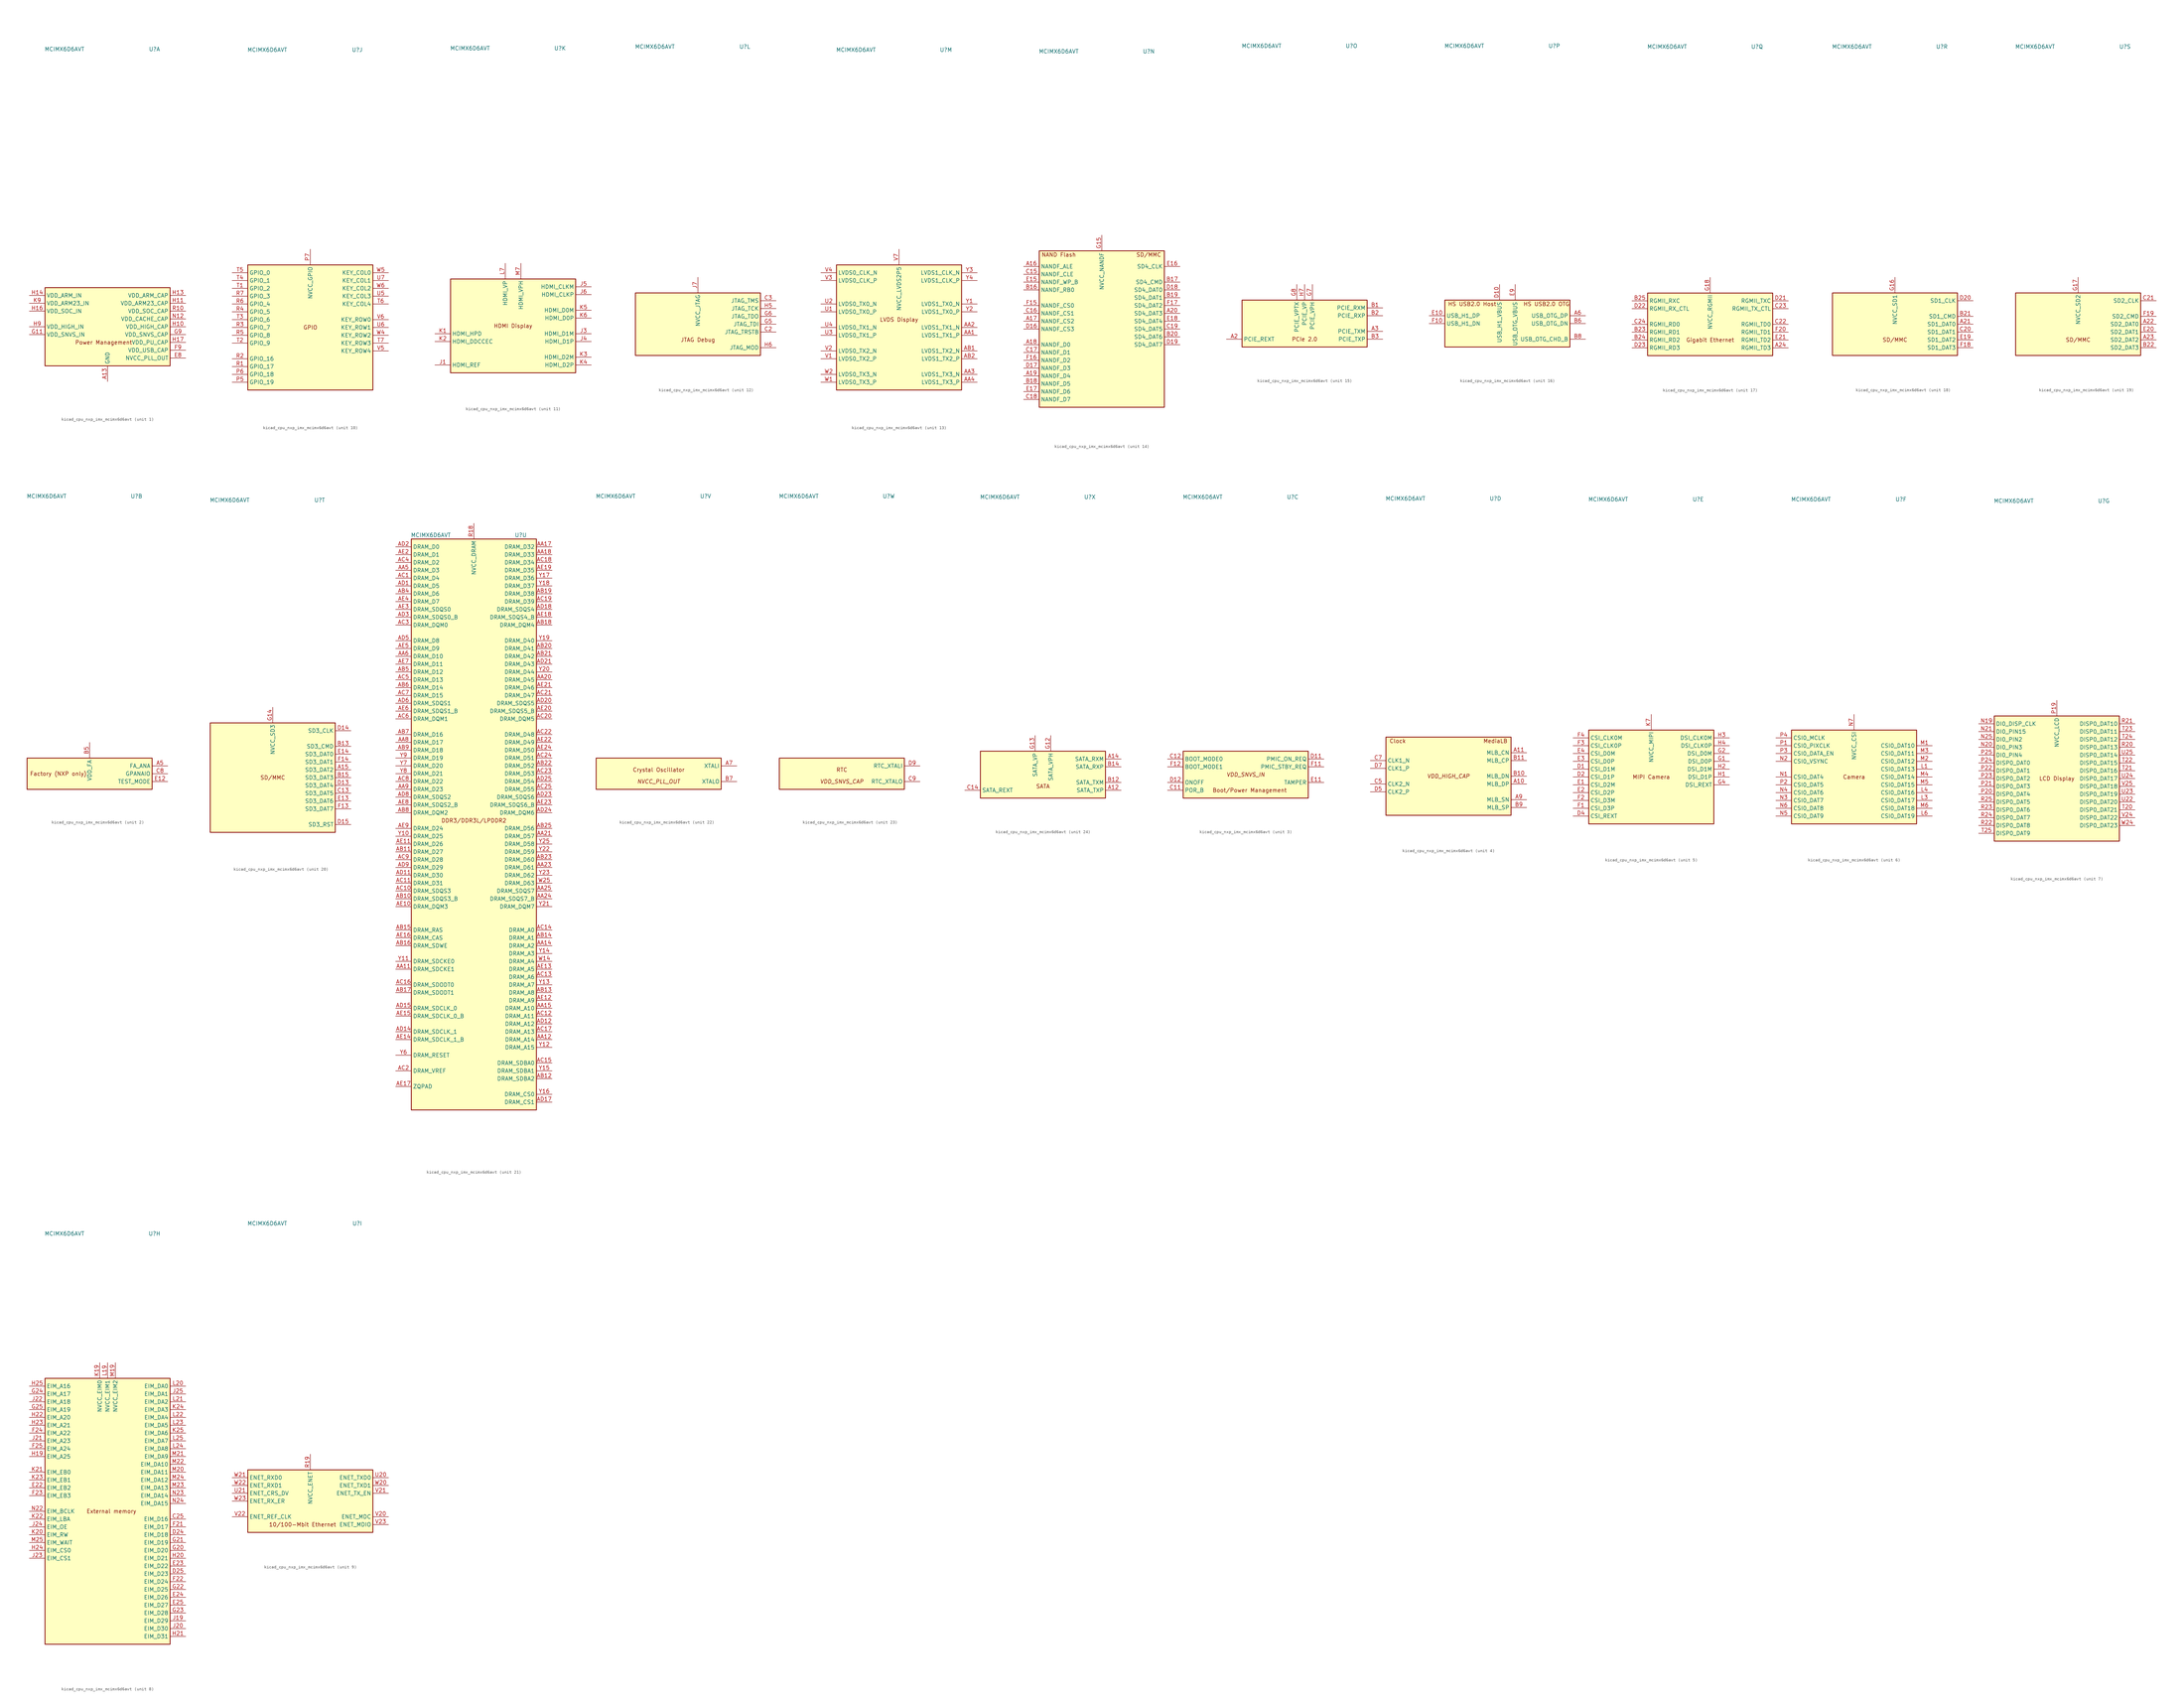
<source format=kicad_sym>
(kicad_symbol_lib
  (version 20220914)
  (generator kicad_symbol_editor)
  (symbol "kicad_cpu_nxp_imx_mcimx6d6avt"
    (property "Reference" "U"
      (at 15.24 90.17 0)
      (effects (font (size 1.27 1.27))))
    (property "Value" "MCIMX6D6AVT"
      (at -13.97 90.17 0)
      (effects (font (size 1.27 1.27))))
    (property "ki_locked" ""
      (at 0 0 0)
      (effects (font (size 1.27 1.27))))
    (symbol "kicad_cpu_nxp_imx_mcimx6d6avt_1_0"
      (text "Power Management" (at -1.27 -5.08 0) (effects (font (size 1.27 1.27)))))
    (symbol "kicad_cpu_nxp_imx_mcimx6d6avt_1_1"
      (rectangle (start -20.32 12.7) (end 20.32 -12.7) (stroke (width 0.254) (type default)) (fill (type background)))
      (pin power_in line (at 0 -17.78 90) (length 5.08) (name "GND" (effects (font (size 1.27 1.27)))) (number "A13" (effects (font (size 1.27 1.27)))))
      (pin passive line (at 0 -17.78 90) (length 5.08) hide (name "GND" (effects (font (size 1.27 1.27)))) (number "A25" (effects (font (size 1.27 1.27)))))
      (pin passive line (at 0 -17.78 90) (length 5.08) hide (name "GND" (effects (font (size 1.27 1.27)))) (number "A4" (effects (font (size 1.27 1.27)))))
      (pin passive line (at 0 -17.78 90) (length 5.08) hide (name "GND" (effects (font (size 1.27 1.27)))) (number "A8" (effects (font (size 1.27 1.27)))))
      (pin passive line (at 0 -17.78 90) (length 5.08) hide (name "GND" (effects (font (size 1.27 1.27)))) (number "AA10" (effects (font (size 1.27 1.27)))))
      (pin passive line (at 0 -17.78 90) (length 5.08) hide (name "GND" (effects (font (size 1.27 1.27)))) (number "AA13" (effects (font (size 1.27 1.27)))))
      (pin passive line (at 0 -17.78 90) (length 5.08) hide (name "GND" (effects (font (size 1.27 1.27)))) (number "AA16" (effects (font (size 1.27 1.27)))))
      (pin passive line (at 0 -17.78 90) (length 5.08) hide (name "GND" (effects (font (size 1.27 1.27)))) (number "AA19" (effects (font (size 1.27 1.27)))))
      (pin passive line (at 0 -17.78 90) (length 5.08) hide (name "GND" (effects (font (size 1.27 1.27)))) (number "AA22" (effects (font (size 1.27 1.27)))))
      (pin passive line (at 0 -17.78 90) (length 5.08) hide (name "GND" (effects (font (size 1.27 1.27)))) (number "AA7" (effects (font (size 1.27 1.27)))))
      (pin passive line (at 0 -17.78 90) (length 5.08) hide (name "GND" (effects (font (size 1.27 1.27)))) (number "AB24" (effects (font (size 1.27 1.27)))))
      (pin passive line (at 0 -17.78 90) (length 5.08) hide (name "GND" (effects (font (size 1.27 1.27)))) (number "AB3" (effects (font (size 1.27 1.27)))))
      (pin passive line (at 0 -17.78 90) (length 5.08) hide (name "GND" (effects (font (size 1.27 1.27)))) (number "AD10" (effects (font (size 1.27 1.27)))))
      (pin passive line (at 0 -17.78 90) (length 5.08) hide (name "GND" (effects (font (size 1.27 1.27)))) (number "AD13" (effects (font (size 1.27 1.27)))))
      (pin passive line (at 0 -17.78 90) (length 5.08) hide (name "GND" (effects (font (size 1.27 1.27)))) (number "AD16" (effects (font (size 1.27 1.27)))))
      (pin passive line (at 0 -17.78 90) (length 5.08) hide (name "GND" (effects (font (size 1.27 1.27)))) (number "AD19" (effects (font (size 1.27 1.27)))))
      (pin passive line (at 0 -17.78 90) (length 5.08) hide (name "GND" (effects (font (size 1.27 1.27)))) (number "AD22" (effects (font (size 1.27 1.27)))))
      (pin passive line (at 0 -17.78 90) (length 5.08) hide (name "GND" (effects (font (size 1.27 1.27)))) (number "AD4" (effects (font (size 1.27 1.27)))))
      (pin passive line (at 0 -17.78 90) (length 5.08) hide (name "GND" (effects (font (size 1.27 1.27)))) (number "AD7" (effects (font (size 1.27 1.27)))))
      (pin passive line (at 0 -17.78 90) (length 5.08) hide (name "GND" (effects (font (size 1.27 1.27)))) (number "AE1" (effects (font (size 1.27 1.27)))))
      (pin passive line (at 0 -17.78 90) (length 5.08) hide (name "GND" (effects (font (size 1.27 1.27)))) (number "AE25" (effects (font (size 1.27 1.27)))))
      (pin passive line (at 0 -17.78 90) (length 5.08) hide (name "GND" (effects (font (size 1.27 1.27)))) (number "B4" (effects (font (size 1.27 1.27)))))
      (pin passive line (at 0 -17.78 90) (length 5.08) hide (name "GND" (effects (font (size 1.27 1.27)))) (number "C1" (effects (font (size 1.27 1.27)))))
      (pin passive line (at 0 -17.78 90) (length 5.08) hide (name "GND" (effects (font (size 1.27 1.27)))) (number "C10" (effects (font (size 1.27 1.27)))))
      (pin passive line (at 0 -17.78 90) (length 5.08) hide (name "GND" (effects (font (size 1.27 1.27)))) (number "C4" (effects (font (size 1.27 1.27)))))
      (pin passive line (at 0 -17.78 90) (length 5.08) hide (name "GND" (effects (font (size 1.27 1.27)))) (number "C6" (effects (font (size 1.27 1.27)))))
      (pin passive line (at 0 -17.78 90) (length 5.08) hide (name "GND" (effects (font (size 1.27 1.27)))) (number "D3" (effects (font (size 1.27 1.27)))))
      (pin passive line (at 0 -17.78 90) (length 5.08) hide (name "GND" (effects (font (size 1.27 1.27)))) (number "D6" (effects (font (size 1.27 1.27)))))
      (pin passive line (at 0 -17.78 90) (length 5.08) hide (name "GND" (effects (font (size 1.27 1.27)))) (number "D8" (effects (font (size 1.27 1.27)))))
      (pin passive line (at 0 -17.78 90) (length 5.08) hide (name "GND" (effects (font (size 1.27 1.27)))) (number "E5" (effects (font (size 1.27 1.27)))))
      (pin passive line (at 0 -17.78 90) (length 5.08) hide (name "GND" (effects (font (size 1.27 1.27)))) (number "E6" (effects (font (size 1.27 1.27)))))
      (pin passive line (at 0 -17.78 90) (length 5.08) hide (name "GND" (effects (font (size 1.27 1.27)))) (number "E7" (effects (font (size 1.27 1.27)))))
      (pin power_out line (at 25.4 -10.16 180) (length 5.08) (name "NVCC_PLL_OUT" (effects (font (size 1.27 1.27)))) (number "E8" (effects (font (size 1.27 1.27)))))
      (pin passive line (at 0 -17.78 90) (length 5.08) hide (name "GND" (effects (font (size 1.27 1.27)))) (number "F5" (effects (font (size 1.27 1.27)))))
      (pin passive line (at 0 -17.78 90) (length 5.08) hide (name "GND" (effects (font (size 1.27 1.27)))) (number "F6" (effects (font (size 1.27 1.27)))))
      (pin passive line (at 0 -17.78 90) (length 5.08) hide (name "GND" (effects (font (size 1.27 1.27)))) (number "F7" (effects (font (size 1.27 1.27)))))
      (pin passive line (at 0 -17.78 90) (length 5.08) hide (name "GND" (effects (font (size 1.27 1.27)))) (number "F8" (effects (font (size 1.27 1.27)))))
      (pin power_out line (at 25.4 -7.62 180) (length 5.08) (name "VDD_USB_CAP" (effects (font (size 1.27 1.27)))) (number "F9" (effects (font (size 1.27 1.27)))))
      (pin passive line (at 0 -17.78 90) (length 5.08) hide (name "GND" (effects (font (size 1.27 1.27)))) (number "G10" (effects (font (size 1.27 1.27)))))
      (pin power_in line (at -25.4 -2.54 0) (length 5.08) (name "VDD_SNVS_IN" (effects (font (size 1.27 1.27)))) (number "G11" (effects (font (size 1.27 1.27)))))
      (pin passive line (at 0 -17.78 90) (length 5.08) hide (name "GND" (effects (font (size 1.27 1.27)))) (number "G19" (effects (font (size 1.27 1.27)))))
      (pin passive line (at 0 -17.78 90) (length 5.08) hide (name "GND" (effects (font (size 1.27 1.27)))) (number "G3" (effects (font (size 1.27 1.27)))))
      (pin power_out line (at 25.4 -2.54 180) (length 5.08) (name "VDD_SNVS_CAP" (effects (font (size 1.27 1.27)))) (number "G9" (effects (font (size 1.27 1.27)))))
      (pin power_out line (at 25.4 0 180) (length 5.08) (name "VDD_HIGH_CAP" (effects (font (size 1.27 1.27)))) (number "H10" (effects (font (size 1.27 1.27)))))
      (pin power_out line (at 25.4 7.62 180) (length 5.08) (name "VDD_ARM23_CAP" (effects (font (size 1.27 1.27)))) (number "H11" (effects (font (size 1.27 1.27)))))
      (pin passive line (at 0 -17.78 90) (length 5.08) hide (name "GND" (effects (font (size 1.27 1.27)))) (number "H12" (effects (font (size 1.27 1.27)))))
      (pin power_out line (at 25.4 10.16 180) (length 5.08) (name "VDD_ARM_CAP" (effects (font (size 1.27 1.27)))) (number "H13" (effects (font (size 1.27 1.27)))))
      (pin power_in line (at -25.4 10.16 0) (length 5.08) (name "VDD_ARM_IN" (effects (font (size 1.27 1.27)))) (number "H14" (effects (font (size 1.27 1.27)))))
      (pin passive line (at 0 -17.78 90) (length 5.08) hide (name "GND" (effects (font (size 1.27 1.27)))) (number "H15" (effects (font (size 1.27 1.27)))))
      (pin power_in line (at -25.4 5.08 0) (length 5.08) (name "VDD_SOC_IN" (effects (font (size 1.27 1.27)))) (number "H16" (effects (font (size 1.27 1.27)))))
      (pin power_out line (at 25.4 -5.08 180) (length 5.08) (name "VDD_PU_CAP" (effects (font (size 1.27 1.27)))) (number "H17" (effects (font (size 1.27 1.27)))))
      (pin passive line (at 0 -17.78 90) (length 5.08) hide (name "GND" (effects (font (size 1.27 1.27)))) (number "H18" (effects (font (size 1.27 1.27)))))
      (pin passive line (at 0 -17.78 90) (length 5.08) hide (name "GND" (effects (font (size 1.27 1.27)))) (number "H8" (effects (font (size 1.27 1.27)))))
      (pin power_in line (at -25.4 0 0) (length 5.08) (name "VDD_HIGH_IN" (effects (font (size 1.27 1.27)))) (number "H9" (effects (font (size 1.27 1.27)))))
      (pin passive line (at 25.4 0 180) (length 5.08) hide (name "VDD_HIGH_CAP" (effects (font (size 1.27 1.27)))) (number "J10" (effects (font (size 1.27 1.27)))))
      (pin passive line (at 25.4 7.62 180) (length 5.08) hide (name "VDD_ARM23_CAP" (effects (font (size 1.27 1.27)))) (number "J11" (effects (font (size 1.27 1.27)))))
      (pin passive line (at 0 -17.78 90) (length 5.08) hide (name "GND" (effects (font (size 1.27 1.27)))) (number "J12" (effects (font (size 1.27 1.27)))))
      (pin passive line (at 25.4 10.16 180) (length 5.08) hide (name "VDD_ARM_CAP" (effects (font (size 1.27 1.27)))) (number "J13" (effects (font (size 1.27 1.27)))))
      (pin passive line (at -25.4 10.16 0) (length 5.08) hide (name "VDD_ARM_IN" (effects (font (size 1.27 1.27)))) (number "J14" (effects (font (size 1.27 1.27)))))
      (pin passive line (at 0 -17.78 90) (length 5.08) hide (name "GND" (effects (font (size 1.27 1.27)))) (number "J15" (effects (font (size 1.27 1.27)))))
      (pin passive line (at -25.4 5.08 0) (length 5.08) hide (name "VDD_SOC_IN" (effects (font (size 1.27 1.27)))) (number "J16" (effects (font (size 1.27 1.27)))))
      (pin passive line (at 25.4 -5.08 180) (length 5.08) hide (name "VDD_PU_CAP" (effects (font (size 1.27 1.27)))) (number "J17" (effects (font (size 1.27 1.27)))))
      (pin passive line (at 0 -17.78 90) (length 5.08) hide (name "GND" (effects (font (size 1.27 1.27)))) (number "J18" (effects (font (size 1.27 1.27)))))
      (pin passive line (at 0 -17.78 90) (length 5.08) hide (name "GND" (effects (font (size 1.27 1.27)))) (number "J2" (effects (font (size 1.27 1.27)))))
      (pin passive line (at 0 -17.78 90) (length 5.08) hide (name "GND" (effects (font (size 1.27 1.27)))) (number "J8" (effects (font (size 1.27 1.27)))))
      (pin passive line (at -25.4 0 0) (length 5.08) hide (name "VDD_HIGH_IN" (effects (font (size 1.27 1.27)))) (number "J9" (effects (font (size 1.27 1.27)))))
      (pin passive line (at 0 -17.78 90) (length 5.08) hide (name "GND" (effects (font (size 1.27 1.27)))) (number "K10" (effects (font (size 1.27 1.27)))))
      (pin passive line (at 25.4 7.62 180) (length 5.08) hide (name "VDD_ARM23_CAP" (effects (font (size 1.27 1.27)))) (number "K11" (effects (font (size 1.27 1.27)))))
      (pin passive line (at 0 -17.78 90) (length 5.08) hide (name "GND" (effects (font (size 1.27 1.27)))) (number "K12" (effects (font (size 1.27 1.27)))))
      (pin passive line (at 25.4 10.16 180) (length 5.08) hide (name "VDD_ARM_CAP" (effects (font (size 1.27 1.27)))) (number "K13" (effects (font (size 1.27 1.27)))))
      (pin passive line (at -25.4 10.16 0) (length 5.08) hide (name "VDD_ARM_IN" (effects (font (size 1.27 1.27)))) (number "K14" (effects (font (size 1.27 1.27)))))
      (pin passive line (at 0 -17.78 90) (length 5.08) hide (name "GND" (effects (font (size 1.27 1.27)))) (number "K15" (effects (font (size 1.27 1.27)))))
      (pin passive line (at -25.4 5.08 0) (length 5.08) hide (name "VDD_SOC_IN" (effects (font (size 1.27 1.27)))) (number "K16" (effects (font (size 1.27 1.27)))))
      (pin passive line (at 25.4 -5.08 180) (length 5.08) hide (name "VDD_PU_CAP" (effects (font (size 1.27 1.27)))) (number "K17" (effects (font (size 1.27 1.27)))))
      (pin passive line (at 0 -17.78 90) (length 5.08) hide (name "GND" (effects (font (size 1.27 1.27)))) (number "K18" (effects (font (size 1.27 1.27)))))
      (pin passive line (at 0 -17.78 90) (length 5.08) hide (name "GND" (effects (font (size 1.27 1.27)))) (number "K8" (effects (font (size 1.27 1.27)))))
      (pin power_in line (at -25.4 7.62 0) (length 5.08) (name "VDD_ARM23_IN" (effects (font (size 1.27 1.27)))) (number "K9" (effects (font (size 1.27 1.27)))))
      (pin passive line (at 0 -17.78 90) (length 5.08) hide (name "GND" (effects (font (size 1.27 1.27)))) (number "L10" (effects (font (size 1.27 1.27)))))
      (pin passive line (at 25.4 7.62 180) (length 5.08) hide (name "VDD_ARM23_CAP" (effects (font (size 1.27 1.27)))) (number "L11" (effects (font (size 1.27 1.27)))))
      (pin passive line (at 0 -17.78 90) (length 5.08) hide (name "GND" (effects (font (size 1.27 1.27)))) (number "L12" (effects (font (size 1.27 1.27)))))
      (pin passive line (at 25.4 10.16 180) (length 5.08) hide (name "VDD_ARM_CAP" (effects (font (size 1.27 1.27)))) (number "L13" (effects (font (size 1.27 1.27)))))
      (pin passive line (at -25.4 10.16 0) (length 5.08) hide (name "VDD_ARM_IN" (effects (font (size 1.27 1.27)))) (number "L14" (effects (font (size 1.27 1.27)))))
      (pin passive line (at 0 -17.78 90) (length 5.08) hide (name "GND" (effects (font (size 1.27 1.27)))) (number "L15" (effects (font (size 1.27 1.27)))))
      (pin passive line (at -25.4 5.08 0) (length 5.08) hide (name "VDD_SOC_IN" (effects (font (size 1.27 1.27)))) (number "L16" (effects (font (size 1.27 1.27)))))
      (pin passive line (at 25.4 -5.08 180) (length 5.08) hide (name "VDD_PU_CAP" (effects (font (size 1.27 1.27)))) (number "L17" (effects (font (size 1.27 1.27)))))
      (pin passive line (at 0 -17.78 90) (length 5.08) hide (name "GND" (effects (font (size 1.27 1.27)))) (number "L18" (effects (font (size 1.27 1.27)))))
      (pin passive line (at 0 -17.78 90) (length 5.08) hide (name "GND" (effects (font (size 1.27 1.27)))) (number "L2" (effects (font (size 1.27 1.27)))))
      (pin passive line (at 0 -17.78 90) (length 5.08) hide (name "GND" (effects (font (size 1.27 1.27)))) (number "L5" (effects (font (size 1.27 1.27)))))
      (pin passive line (at 0 -17.78 90) (length 5.08) hide (name "GND" (effects (font (size 1.27 1.27)))) (number "L8" (effects (font (size 1.27 1.27)))))
      (pin passive line (at -25.4 7.62 0) (length 5.08) hide (name "VDD_ARM23_IN" (effects (font (size 1.27 1.27)))) (number "L9" (effects (font (size 1.27 1.27)))))
      (pin passive line (at 0 -17.78 90) (length 5.08) hide (name "GND" (effects (font (size 1.27 1.27)))) (number "M10" (effects (font (size 1.27 1.27)))))
      (pin passive line (at 25.4 7.62 180) (length 5.08) hide (name "VDD_ARM23_CAP" (effects (font (size 1.27 1.27)))) (number "M11" (effects (font (size 1.27 1.27)))))
      (pin passive line (at 0 -17.78 90) (length 5.08) hide (name "GND" (effects (font (size 1.27 1.27)))) (number "M12" (effects (font (size 1.27 1.27)))))
      (pin passive line (at 25.4 10.16 180) (length 5.08) hide (name "VDD_ARM_CAP" (effects (font (size 1.27 1.27)))) (number "M13" (effects (font (size 1.27 1.27)))))
      (pin passive line (at -25.4 10.16 0) (length 5.08) hide (name "VDD_ARM_IN" (effects (font (size 1.27 1.27)))) (number "M14" (effects (font (size 1.27 1.27)))))
      (pin passive line (at 0 -17.78 90) (length 5.08) hide (name "GND" (effects (font (size 1.27 1.27)))) (number "M15" (effects (font (size 1.27 1.27)))))
      (pin passive line (at -25.4 5.08 0) (length 5.08) hide (name "VDD_SOC_IN" (effects (font (size 1.27 1.27)))) (number "M16" (effects (font (size 1.27 1.27)))))
      (pin passive line (at 25.4 -5.08 180) (length 5.08) hide (name "VDD_PU_CAP" (effects (font (size 1.27 1.27)))) (number "M17" (effects (font (size 1.27 1.27)))))
      (pin passive line (at 0 -17.78 90) (length 5.08) hide (name "GND" (effects (font (size 1.27 1.27)))) (number "M18" (effects (font (size 1.27 1.27)))))
      (pin passive line (at 0 -17.78 90) (length 5.08) hide (name "GND" (effects (font (size 1.27 1.27)))) (number "M8" (effects (font (size 1.27 1.27)))))
      (pin passive line (at -25.4 7.62 0) (length 5.08) hide (name "VDD_ARM23_IN" (effects (font (size 1.27 1.27)))) (number "M9" (effects (font (size 1.27 1.27)))))
      (pin passive line (at 0 -17.78 90) (length 5.08) hide (name "GND" (effects (font (size 1.27 1.27)))) (number "N10" (effects (font (size 1.27 1.27)))))
      (pin passive line (at 25.4 7.62 180) (length 5.08) hide (name "VDD_ARM23_CAP" (effects (font (size 1.27 1.27)))) (number "N11" (effects (font (size 1.27 1.27)))))
      (pin power_in line (at 25.4 2.54 180) (length 5.08) (name "VDD_CACHE_CAP" (effects (font (size 1.27 1.27)))) (number "N12" (effects (font (size 1.27 1.27)))))
      (pin passive line (at 25.4 10.16 180) (length 5.08) hide (name "VDD_ARM_CAP" (effects (font (size 1.27 1.27)))) (number "N13" (effects (font (size 1.27 1.27)))))
      (pin passive line (at -25.4 10.16 0) (length 5.08) hide (name "VDD_ARM_IN" (effects (font (size 1.27 1.27)))) (number "N14" (effects (font (size 1.27 1.27)))))
      (pin passive line (at 0 -17.78 90) (length 5.08) hide (name "GND" (effects (font (size 1.27 1.27)))) (number "N15" (effects (font (size 1.27 1.27)))))
      (pin passive line (at -25.4 5.08 0) (length 5.08) hide (name "VDD_SOC_IN" (effects (font (size 1.27 1.27)))) (number "N16" (effects (font (size 1.27 1.27)))))
      (pin passive line (at 25.4 -5.08 180) (length 5.08) hide (name "VDD_PU_CAP" (effects (font (size 1.27 1.27)))) (number "N17" (effects (font (size 1.27 1.27)))))
      (pin passive line (at 0 -17.78 90) (length 5.08) hide (name "GND" (effects (font (size 1.27 1.27)))) (number "N18" (effects (font (size 1.27 1.27)))))
      (pin passive line (at 0 -17.78 90) (length 5.08) hide (name "GND" (effects (font (size 1.27 1.27)))) (number "N8" (effects (font (size 1.27 1.27)))))
      (pin passive line (at -25.4 7.62 0) (length 5.08) hide (name "VDD_ARM23_IN" (effects (font (size 1.27 1.27)))) (number "N9" (effects (font (size 1.27 1.27)))))
      (pin passive line (at 0 -17.78 90) (length 5.08) hide (name "GND" (effects (font (size 1.27 1.27)))) (number "P10" (effects (font (size 1.27 1.27)))))
      (pin passive line (at 25.4 7.62 180) (length 5.08) hide (name "VDD_ARM23_CAP" (effects (font (size 1.27 1.27)))) (number "P11" (effects (font (size 1.27 1.27)))))
      (pin passive line (at 0 -17.78 90) (length 5.08) hide (name "GND" (effects (font (size 1.27 1.27)))) (number "P12" (effects (font (size 1.27 1.27)))))
      (pin passive line (at 25.4 10.16 180) (length 5.08) hide (name "VDD_ARM_CAP" (effects (font (size 1.27 1.27)))) (number "P13" (effects (font (size 1.27 1.27)))))
      (pin passive line (at -25.4 10.16 0) (length 5.08) hide (name "VDD_ARM_IN" (effects (font (size 1.27 1.27)))) (number "P14" (effects (font (size 1.27 1.27)))))
      (pin passive line (at 0 -17.78 90) (length 5.08) hide (name "GND" (effects (font (size 1.27 1.27)))) (number "P15" (effects (font (size 1.27 1.27)))))
      (pin passive line (at -25.4 5.08 0) (length 5.08) hide (name "VDD_SOC_IN" (effects (font (size 1.27 1.27)))) (number "P16" (effects (font (size 1.27 1.27)))))
      (pin passive line (at 25.4 -5.08 180) (length 5.08) hide (name "VDD_PU_CAP" (effects (font (size 1.27 1.27)))) (number "P17" (effects (font (size 1.27 1.27)))))
      (pin passive line (at 0 -17.78 90) (length 5.08) hide (name "GND" (effects (font (size 1.27 1.27)))) (number "P18" (effects (font (size 1.27 1.27)))))
      (pin passive line (at 0 -17.78 90) (length 5.08) hide (name "GND" (effects (font (size 1.27 1.27)))) (number "P8" (effects (font (size 1.27 1.27)))))
      (pin passive line (at -25.4 7.62 0) (length 5.08) hide (name "VDD_ARM23_IN" (effects (font (size 1.27 1.27)))) (number "P9" (effects (font (size 1.27 1.27)))))
      (pin power_out line (at 25.4 5.08 180) (length 5.08) (name "VDD_SOC_CAP" (effects (font (size 1.27 1.27)))) (number "R10" (effects (font (size 1.27 1.27)))))
      (pin passive line (at 25.4 7.62 180) (length 5.08) hide (name "VDD_ARM23_CAP" (effects (font (size 1.27 1.27)))) (number "R11" (effects (font (size 1.27 1.27)))))
      (pin passive line (at 0 -17.78 90) (length 5.08) hide (name "GND" (effects (font (size 1.27 1.27)))) (number "R12" (effects (font (size 1.27 1.27)))))
      (pin passive line (at 25.4 10.16 180) (length 5.08) hide (name "VDD_ARM_CAP" (effects (font (size 1.27 1.27)))) (number "R13" (effects (font (size 1.27 1.27)))))
      (pin passive line (at -25.4 10.16 0) (length 5.08) hide (name "VDD_ARM_IN" (effects (font (size 1.27 1.27)))) (number "R14" (effects (font (size 1.27 1.27)))))
      (pin passive line (at 0 -17.78 90) (length 5.08) hide (name "GND" (effects (font (size 1.27 1.27)))) (number "R15" (effects (font (size 1.27 1.27)))))
      (pin passive line (at -25.4 5.08 0) (length 5.08) hide (name "VDD_SOC_IN" (effects (font (size 1.27 1.27)))) (number "R16" (effects (font (size 1.27 1.27)))))
      (pin passive line (at 0 -17.78 90) (length 5.08) hide (name "GND" (effects (font (size 1.27 1.27)))) (number "R17" (effects (font (size 1.27 1.27)))))
      (pin passive line (at 0 -17.78 90) (length 5.08) hide (name "GND" (effects (font (size 1.27 1.27)))) (number "R8" (effects (font (size 1.27 1.27)))))
      (pin passive line (at -25.4 7.62 0) (length 5.08) hide (name "VDD_ARM23_IN" (effects (font (size 1.27 1.27)))) (number "R9" (effects (font (size 1.27 1.27)))))
      (pin passive line (at 25.4 5.08 180) (length 5.08) hide (name "VDD_SOC_CAP" (effects (font (size 1.27 1.27)))) (number "T10" (effects (font (size 1.27 1.27)))))
      (pin passive line (at 0 -17.78 90) (length 5.08) hide (name "GND" (effects (font (size 1.27 1.27)))) (number "T11" (effects (font (size 1.27 1.27)))))
      (pin passive line (at 0 -17.78 90) (length 5.08) hide (name "GND" (effects (font (size 1.27 1.27)))) (number "T12" (effects (font (size 1.27 1.27)))))
      (pin passive line (at 25.4 5.08 180) (length 5.08) hide (name "VDD_SOC_CAP" (effects (font (size 1.27 1.27)))) (number "T13" (effects (font (size 1.27 1.27)))))
      (pin passive line (at 25.4 5.08 180) (length 5.08) hide (name "VDD_SOC_CAP" (effects (font (size 1.27 1.27)))) (number "T14" (effects (font (size 1.27 1.27)))))
      (pin passive line (at 0 -17.78 90) (length 5.08) hide (name "GND" (effects (font (size 1.27 1.27)))) (number "T15" (effects (font (size 1.27 1.27)))))
      (pin passive line (at -25.4 5.08 0) (length 5.08) hide (name "VDD_SOC_IN" (effects (font (size 1.27 1.27)))) (number "T16" (effects (font (size 1.27 1.27)))))
      (pin passive line (at 0 -17.78 90) (length 5.08) hide (name "GND" (effects (font (size 1.27 1.27)))) (number "T17" (effects (font (size 1.27 1.27)))))
      (pin passive line (at 0 -17.78 90) (length 5.08) hide (name "GND" (effects (font (size 1.27 1.27)))) (number "T19" (effects (font (size 1.27 1.27)))))
      (pin passive line (at 0 -17.78 90) (length 5.08) hide (name "GND" (effects (font (size 1.27 1.27)))) (number "T8" (effects (font (size 1.27 1.27)))))
      (pin passive line (at -25.4 7.62 0) (length 5.08) hide (name "VDD_ARM23_IN" (effects (font (size 1.27 1.27)))) (number "T9" (effects (font (size 1.27 1.27)))))
      (pin passive line (at 25.4 5.08 180) (length 5.08) hide (name "VDD_SOC_CAP" (effects (font (size 1.27 1.27)))) (number "U10" (effects (font (size 1.27 1.27)))))
      (pin passive line (at 0 -17.78 90) (length 5.08) hide (name "GND" (effects (font (size 1.27 1.27)))) (number "U11" (effects (font (size 1.27 1.27)))))
      (pin passive line (at 0 -17.78 90) (length 5.08) hide (name "GND" (effects (font (size 1.27 1.27)))) (number "U12" (effects (font (size 1.27 1.27)))))
      (pin passive line (at 25.4 5.08 180) (length 5.08) hide (name "VDD_SOC_CAP" (effects (font (size 1.27 1.27)))) (number "U13" (effects (font (size 1.27 1.27)))))
      (pin passive line (at 25.4 5.08 180) (length 5.08) hide (name "VDD_SOC_CAP" (effects (font (size 1.27 1.27)))) (number "U14" (effects (font (size 1.27 1.27)))))
      (pin passive line (at 0 -17.78 90) (length 5.08) hide (name "GND" (effects (font (size 1.27 1.27)))) (number "U15" (effects (font (size 1.27 1.27)))))
      (pin passive line (at -25.4 5.08 0) (length 5.08) hide (name "VDD_SOC_IN" (effects (font (size 1.27 1.27)))) (number "U16" (effects (font (size 1.27 1.27)))))
      (pin passive line (at 0 -17.78 90) (length 5.08) hide (name "GND" (effects (font (size 1.27 1.27)))) (number "U17" (effects (font (size 1.27 1.27)))))
      (pin passive line (at 0 -17.78 90) (length 5.08) hide (name "GND" (effects (font (size 1.27 1.27)))) (number "U19" (effects (font (size 1.27 1.27)))))
      (pin passive line (at 0 -17.78 90) (length 5.08) hide (name "GND" (effects (font (size 1.27 1.27)))) (number "U8" (effects (font (size 1.27 1.27)))))
      (pin passive line (at -25.4 7.62 0) (length 5.08) hide (name "VDD_ARM23_IN" (effects (font (size 1.27 1.27)))) (number "U9" (effects (font (size 1.27 1.27)))))
      (pin passive line (at 0 -17.78 90) (length 5.08) hide (name "GND" (effects (font (size 1.27 1.27)))) (number "V19" (effects (font (size 1.27 1.27)))))
      (pin passive line (at 0 -17.78 90) (length 5.08) hide (name "GND" (effects (font (size 1.27 1.27)))) (number "V8" (effects (font (size 1.27 1.27)))))
      (pin passive line (at 0 -17.78 90) (length 5.08) hide (name "GND" (effects (font (size 1.27 1.27)))) (number "W10" (effects (font (size 1.27 1.27)))))
      (pin passive line (at 0 -17.78 90) (length 5.08) hide (name "GND" (effects (font (size 1.27 1.27)))) (number "W11" (effects (font (size 1.27 1.27)))))
      (pin passive line (at 0 -17.78 90) (length 5.08) hide (name "GND" (effects (font (size 1.27 1.27)))) (number "W12" (effects (font (size 1.27 1.27)))))
      (pin passive line (at 0 -17.78 90) (length 5.08) hide (name "GND" (effects (font (size 1.27 1.27)))) (number "W13" (effects (font (size 1.27 1.27)))))
      (pin passive line (at 0 -17.78 90) (length 5.08) hide (name "GND" (effects (font (size 1.27 1.27)))) (number "W15" (effects (font (size 1.27 1.27)))))
      (pin passive line (at 0 -17.78 90) (length 5.08) hide (name "GND" (effects (font (size 1.27 1.27)))) (number "W16" (effects (font (size 1.27 1.27)))))
      (pin passive line (at 0 -17.78 90) (length 5.08) hide (name "GND" (effects (font (size 1.27 1.27)))) (number "W17" (effects (font (size 1.27 1.27)))))
      (pin passive line (at 0 -17.78 90) (length 5.08) hide (name "GND" (effects (font (size 1.27 1.27)))) (number "W18" (effects (font (size 1.27 1.27)))))
      (pin passive line (at 0 -17.78 90) (length 5.08) hide (name "GND" (effects (font (size 1.27 1.27)))) (number "W19" (effects (font (size 1.27 1.27)))))
      (pin passive line (at 0 -17.78 90) (length 5.08) hide (name "GND" (effects (font (size 1.27 1.27)))) (number "W3" (effects (font (size 1.27 1.27)))))
      (pin passive line (at 0 -17.78 90) (length 5.08) hide (name "GND" (effects (font (size 1.27 1.27)))) (number "W7" (effects (font (size 1.27 1.27)))))
      (pin passive line (at 0 -17.78 90) (length 5.08) hide (name "GND" (effects (font (size 1.27 1.27)))) (number "W8" (effects (font (size 1.27 1.27)))))
      (pin passive line (at 0 -17.78 90) (length 5.08) hide (name "GND" (effects (font (size 1.27 1.27)))) (number "W9" (effects (font (size 1.27 1.27)))))
      (pin passive line (at 0 -17.78 90) (length 5.08) hide (name "GND" (effects (font (size 1.27 1.27)))) (number "Y24" (effects (font (size 1.27 1.27)))))
      (pin passive line (at 0 -17.78 90) (length 5.08) hide (name "GND" (effects (font (size 1.27 1.27)))) (number "Y5" (effects (font (size 1.27 1.27))))))
    (symbol "kicad_cpu_nxp_imx_mcimx6d6avt_2_0"
      (text "Factory (NXP only)" (at -10.16 0 0) (effects (font (size 1.27 1.27)))))
    (symbol "kicad_cpu_nxp_imx_mcimx6d6avt_2_1"
      (rectangle (start -20.32 5.08) (end 20.32 -5.08) (stroke (width 0.254) (type default)) (fill (type background)))
      (pin passive line (at 25.4 2.54 180) (length 5.08) (name "FA_ANA" (effects (font (size 1.27 1.27)))) (number "A5" (effects (font (size 1.27 1.27)))))
      (pin passive line (at 0 10.16 270) (length 5.08) (name "VDD_FA" (effects (font (size 1.27 1.27)))) (number "B5" (effects (font (size 1.27 1.27)))))
      (pin passive line (at 25.4 0 180) (length 5.08) (name "GPANAIO" (effects (font (size 1.27 1.27)))) (number "C8" (effects (font (size 1.27 1.27)))))
      (pin passive line (at 25.4 -2.54 180) (length 5.08) (name "TEST_MODE" (effects (font (size 1.27 1.27)))) (number "E12" (effects (font (size 1.27 1.27))))))
    (symbol "kicad_cpu_nxp_imx_mcimx6d6avt_3_0"
      (text "Boot/Power Management" (at 1.27 -5.08 0) (effects (font (size 1.27 1.27)))))
    (symbol "kicad_cpu_nxp_imx_mcimx6d6avt_3_1"
      (rectangle (start -20.32 7.62) (end 20.32 -7.62) (stroke (width 0.254) (type default)) (fill (type background)))
      (text "VDD_SNVS_IN" (at 0 0 0) (effects (font (size 1.27 1.27) italic)))
      (pin input line (at -25.4 -5.08 0) (length 5.08) (name "POR_B" (effects (font (size 1.27 1.27)))) (number "C11" (effects (font (size 1.27 1.27)))))
      (pin input line (at -25.4 5.08 0) (length 5.08) (name "BOOT_MODE0" (effects (font (size 1.27 1.27)))) (number "C12" (effects (font (size 1.27 1.27)))))
      (pin output line (at 25.4 5.08 180) (length 5.08) (name "PMIC_ON_REQ" (effects (font (size 1.27 1.27)))) (number "D11" (effects (font (size 1.27 1.27)))))
      (pin input line (at -25.4 -2.54 0) (length 5.08) (name "ONOFF" (effects (font (size 1.27 1.27)))) (number "D12" (effects (font (size 1.27 1.27)))))
      (pin input line (at 25.4 -2.54 180) (length 5.08) (name "TAMPER" (effects (font (size 1.27 1.27)))) (number "E11" (effects (font (size 1.27 1.27)))))
      (pin output line (at 25.4 2.54 180) (length 5.08) (name "PMIC_STBY_REQ" (effects (font (size 1.27 1.27)))) (number "F11" (effects (font (size 1.27 1.27)))))
      (pin input line (at -25.4 2.54 0) (length 5.08) (name "BOOT_MODE1" (effects (font (size 1.27 1.27)))) (number "F12" (effects (font (size 1.27 1.27))))))
    (symbol "kicad_cpu_nxp_imx_mcimx6d6avt_4_0"
      (text "Clock" (at -16.51 11.43 0) (effects (font (size 1.27 1.27))))
      (text "MediaLB" (at 15.24 11.43 0) (effects (font (size 1.27 1.27)))))
    (symbol "kicad_cpu_nxp_imx_mcimx6d6avt_4_1"
      (rectangle (start -20.32 12.7) (end 20.32 -12.7) (stroke (width 0.254) (type default)) (fill (type background)))
      (text "VDD_HIGH_CAP" (at 0 0 0) (effects (font (size 1.27 1.27) italic)))
      (pin bidirectional line (at 25.4 -2.54 180) (length 5.08) (name "MLB_DP" (effects (font (size 1.27 1.27)))) (number "A10" (effects (font (size 1.27 1.27)))))
      (pin input line (at 25.4 7.62 180) (length 5.08) (name "MLB_CN" (effects (font (size 1.27 1.27)))) (number "A11" (effects (font (size 1.27 1.27)))))
      (pin bidirectional line (at 25.4 -7.62 180) (length 5.08) (name "MLB_SN" (effects (font (size 1.27 1.27)))) (number "A9" (effects (font (size 1.27 1.27)))))
      (pin bidirectional line (at 25.4 0 180) (length 5.08) (name "MLB_DN" (effects (font (size 1.27 1.27)))) (number "B10" (effects (font (size 1.27 1.27)))))
      (pin input line (at 25.4 5.08 180) (length 5.08) (name "MLB_CP" (effects (font (size 1.27 1.27)))) (number "B11" (effects (font (size 1.27 1.27)))))
      (pin bidirectional line (at 25.4 -10.16 180) (length 5.08) (name "MLB_SP" (effects (font (size 1.27 1.27)))) (number "B9" (effects (font (size 1.27 1.27)))))
      (pin bidirectional line (at -25.4 -2.54 0) (length 5.08) (name "CLK2_N" (effects (font (size 1.27 1.27)))) (number "C5" (effects (font (size 1.27 1.27)))))
      (pin bidirectional line (at -25.4 5.08 0) (length 5.08) (name "CLK1_N" (effects (font (size 1.27 1.27)))) (number "C7" (effects (font (size 1.27 1.27)))))
      (pin bidirectional line (at -25.4 -5.08 0) (length 5.08) (name "CLK2_P" (effects (font (size 1.27 1.27)))) (number "D5" (effects (font (size 1.27 1.27)))))
      (pin bidirectional line (at -25.4 2.54 0) (length 5.08) (name "CLK1_P" (effects (font (size 1.27 1.27)))) (number "D7" (effects (font (size 1.27 1.27))))))
    (symbol "kicad_cpu_nxp_imx_mcimx6d6avt_5_0"
      (text "MIPI Camera" (at 0 0 0) (effects (font (size 1.27 1.27)))))
    (symbol "kicad_cpu_nxp_imx_mcimx6d6avt_5_1"
      (rectangle (start -20.32 15.24) (end 20.32 -15.24) (stroke (width 0.254) (type default)) (fill (type background)))
      (pin input line (at -25.4 2.54 0) (length 5.08) (name "CSI_D1M" (effects (font (size 1.27 1.27)))) (number "D1" (effects (font (size 1.27 1.27)))))
      (pin input line (at -25.4 0 0) (length 5.08) (name "CSI_D1P" (effects (font (size 1.27 1.27)))) (number "D2" (effects (font (size 1.27 1.27)))))
      (pin passive line (at -25.4 -12.7 0) (length 5.08) (name "CSI_REXT" (effects (font (size 1.27 1.27)))) (number "D4" (effects (font (size 1.27 1.27)))))
      (pin input line (at -25.4 -2.54 0) (length 5.08) (name "CSI_D2M" (effects (font (size 1.27 1.27)))) (number "E1" (effects (font (size 1.27 1.27)))))
      (pin input line (at -25.4 -5.08 0) (length 5.08) (name "CSI_D2P" (effects (font (size 1.27 1.27)))) (number "E2" (effects (font (size 1.27 1.27)))))
      (pin input line (at -25.4 5.08 0) (length 5.08) (name "CSI_D0P" (effects (font (size 1.27 1.27)))) (number "E3" (effects (font (size 1.27 1.27)))))
      (pin input line (at -25.4 7.62 0) (length 5.08) (name "CSI_D0M" (effects (font (size 1.27 1.27)))) (number "E4" (effects (font (size 1.27 1.27)))))
      (pin input line (at -25.4 -10.16 0) (length 5.08) (name "CSI_D3P" (effects (font (size 1.27 1.27)))) (number "F1" (effects (font (size 1.27 1.27)))))
      (pin input line (at -25.4 -7.62 0) (length 5.08) (name "CSI_D3M" (effects (font (size 1.27 1.27)))) (number "F2" (effects (font (size 1.27 1.27)))))
      (pin input line (at -25.4 10.16 0) (length 5.08) (name "CSI_CLK0P" (effects (font (size 1.27 1.27)))) (number "F3" (effects (font (size 1.27 1.27)))))
      (pin input line (at -25.4 12.7 0) (length 5.08) (name "CSI_CLK0M" (effects (font (size 1.27 1.27)))) (number "F4" (effects (font (size 1.27 1.27)))))
      (pin output line (at 25.4 5.08 180) (length 5.08) (name "DSI_D0P" (effects (font (size 1.27 1.27)))) (number "G1" (effects (font (size 1.27 1.27)))))
      (pin output line (at 25.4 7.62 180) (length 5.08) (name "DSI_D0M" (effects (font (size 1.27 1.27)))) (number "G2" (effects (font (size 1.27 1.27)))))
      (pin passive line (at 25.4 -2.54 180) (length 5.08) (name "DSI_REXT" (effects (font (size 1.27 1.27)))) (number "G4" (effects (font (size 1.27 1.27)))))
      (pin output line (at 25.4 0 180) (length 5.08) (name "DSI_D1P" (effects (font (size 1.27 1.27)))) (number "H1" (effects (font (size 1.27 1.27)))))
      (pin output line (at 25.4 2.54 180) (length 5.08) (name "DSI_D1M" (effects (font (size 1.27 1.27)))) (number "H2" (effects (font (size 1.27 1.27)))))
      (pin output line (at 25.4 12.7 180) (length 5.08) (name "DSI_CLK0M" (effects (font (size 1.27 1.27)))) (number "H3" (effects (font (size 1.27 1.27)))))
      (pin output line (at 25.4 10.16 180) (length 5.08) (name "DSI_CLK0P" (effects (font (size 1.27 1.27)))) (number "H4" (effects (font (size 1.27 1.27)))))
      (pin power_in line (at 0 20.32 270) (length 5.08) (name "NVCC_MIPI" (effects (font (size 1.27 1.27)))) (number "K7" (effects (font (size 1.27 1.27))))))
    (symbol "kicad_cpu_nxp_imx_mcimx6d6avt_6_0"
      (text "Camera" (at 0 0 0) (effects (font (size 1.27 1.27)))))
    (symbol "kicad_cpu_nxp_imx_mcimx6d6avt_6_1"
      (rectangle (start -20.32 15.24) (end 20.32 -15.24) (stroke (width 0.254) (type default)) (fill (type background)))
      (pin bidirectional line (at 25.4 2.54 180) (length 5.08) (name "CSI0_DAT13" (effects (font (size 1.27 1.27)))) (number "L1" (effects (font (size 1.27 1.27)))))
      (pin bidirectional line (at 25.4 -7.62 180) (length 5.08) (name "CSI0_DAT17" (effects (font (size 1.27 1.27)))) (number "L3" (effects (font (size 1.27 1.27)))))
      (pin bidirectional line (at 25.4 -5.08 180) (length 5.08) (name "CSI0_DAT16" (effects (font (size 1.27 1.27)))) (number "L4" (effects (font (size 1.27 1.27)))))
      (pin bidirectional line (at 25.4 -12.7 180) (length 5.08) (name "CSI0_DAT19" (effects (font (size 1.27 1.27)))) (number "L6" (effects (font (size 1.27 1.27)))))
      (pin bidirectional line (at 25.4 10.16 180) (length 5.08) (name "CSI0_DAT10" (effects (font (size 1.27 1.27)))) (number "M1" (effects (font (size 1.27 1.27)))))
      (pin bidirectional line (at 25.4 5.08 180) (length 5.08) (name "CSI0_DAT12" (effects (font (size 1.27 1.27)))) (number "M2" (effects (font (size 1.27 1.27)))))
      (pin bidirectional line (at 25.4 7.62 180) (length 5.08) (name "CSI0_DAT11" (effects (font (size 1.27 1.27)))) (number "M3" (effects (font (size 1.27 1.27)))))
      (pin bidirectional line (at 25.4 0 180) (length 5.08) (name "CSI0_DAT14" (effects (font (size 1.27 1.27)))) (number "M4" (effects (font (size 1.27 1.27)))))
      (pin bidirectional line (at 25.4 -2.54 180) (length 5.08) (name "CSI0_DAT15" (effects (font (size 1.27 1.27)))) (number "M5" (effects (font (size 1.27 1.27)))))
      (pin bidirectional line (at 25.4 -10.16 180) (length 5.08) (name "CSI0_DAT18" (effects (font (size 1.27 1.27)))) (number "M6" (effects (font (size 1.27 1.27)))))
      (pin bidirectional line (at -25.4 0 0) (length 5.08) (name "CSI0_DAT4" (effects (font (size 1.27 1.27)))) (number "N1" (effects (font (size 1.27 1.27)))))
      (pin bidirectional line (at -25.4 5.08 0) (length 5.08) (name "CSI0_VSYNC" (effects (font (size 1.27 1.27)))) (number "N2" (effects (font (size 1.27 1.27)))))
      (pin bidirectional line (at -25.4 -7.62 0) (length 5.08) (name "CSI0_DAT7" (effects (font (size 1.27 1.27)))) (number "N3" (effects (font (size 1.27 1.27)))))
      (pin bidirectional line (at -25.4 -5.08 0) (length 5.08) (name "CSI0_DAT6" (effects (font (size 1.27 1.27)))) (number "N4" (effects (font (size 1.27 1.27)))))
      (pin bidirectional line (at -25.4 -12.7 0) (length 5.08) (name "CSI0_DAT9" (effects (font (size 1.27 1.27)))) (number "N5" (effects (font (size 1.27 1.27)))))
      (pin bidirectional line (at -25.4 -10.16 0) (length 5.08) (name "CSI0_DAT8" (effects (font (size 1.27 1.27)))) (number "N6" (effects (font (size 1.27 1.27)))))
      (pin power_in line (at 0 20.32 270) (length 5.08) (name "NVCC_CSI" (effects (font (size 1.27 1.27)))) (number "N7" (effects (font (size 1.27 1.27)))))
      (pin bidirectional line (at -25.4 10.16 0) (length 5.08) (name "CSI0_PIXCLK" (effects (font (size 1.27 1.27)))) (number "P1" (effects (font (size 1.27 1.27)))))
      (pin bidirectional line (at -25.4 -2.54 0) (length 5.08) (name "CSI0_DAT5" (effects (font (size 1.27 1.27)))) (number "P2" (effects (font (size 1.27 1.27)))))
      (pin bidirectional line (at -25.4 7.62 0) (length 5.08) (name "CSI0_DATA_EN" (effects (font (size 1.27 1.27)))) (number "P3" (effects (font (size 1.27 1.27)))))
      (pin bidirectional line (at -25.4 12.7 0) (length 5.08) (name "CSI0_MCLK" (effects (font (size 1.27 1.27)))) (number "P4" (effects (font (size 1.27 1.27))))))
    (symbol "kicad_cpu_nxp_imx_mcimx6d6avt_7_0"
      (text "LCD Display" (at 0 0 0) (effects (font (size 1.27 1.27)))))
    (symbol "kicad_cpu_nxp_imx_mcimx6d6avt_7_1"
      (rectangle (start -20.32 20.32) (end 20.32 -20.32) (stroke (width 0.254) (type default)) (fill (type background)))
      (pin bidirectional line (at -25.4 17.78 0) (length 5.08) (name "DI0_DISP_CLK" (effects (font (size 1.27 1.27)))) (number "N19" (effects (font (size 1.27 1.27)))))
      (pin bidirectional line (at -25.4 10.16 0) (length 5.08) (name "DI0_PIN3" (effects (font (size 1.27 1.27)))) (number "N20" (effects (font (size 1.27 1.27)))))
      (pin bidirectional line (at -25.4 15.24 0) (length 5.08) (name "DI0_PIN15" (effects (font (size 1.27 1.27)))) (number "N21" (effects (font (size 1.27 1.27)))))
      (pin bidirectional line (at -25.4 12.7 0) (length 5.08) (name "DI0_PIN2" (effects (font (size 1.27 1.27)))) (number "N25" (effects (font (size 1.27 1.27)))))
      (pin power_in line (at 0 25.4 270) (length 5.08) (name "NVCC_LCD" (effects (font (size 1.27 1.27)))) (number "P19" (effects (font (size 1.27 1.27)))))
      (pin bidirectional line (at -25.4 -5.08 0) (length 5.08) (name "DISP0_DAT4" (effects (font (size 1.27 1.27)))) (number "P20" (effects (font (size 1.27 1.27)))))
      (pin bidirectional line (at -25.4 -2.54 0) (length 5.08) (name "DISP0_DAT3" (effects (font (size 1.27 1.27)))) (number "P21" (effects (font (size 1.27 1.27)))))
      (pin bidirectional line (at -25.4 2.54 0) (length 5.08) (name "DISP0_DAT1" (effects (font (size 1.27 1.27)))) (number "P22" (effects (font (size 1.27 1.27)))))
      (pin bidirectional line (at -25.4 0 0) (length 5.08) (name "DISP0_DAT2" (effects (font (size 1.27 1.27)))) (number "P23" (effects (font (size 1.27 1.27)))))
      (pin bidirectional line (at -25.4 5.08 0) (length 5.08) (name "DISP0_DAT0" (effects (font (size 1.27 1.27)))) (number "P24" (effects (font (size 1.27 1.27)))))
      (pin bidirectional line (at -25.4 7.62 0) (length 5.08) (name "DI0_PIN4" (effects (font (size 1.27 1.27)))) (number "P25" (effects (font (size 1.27 1.27)))))
      (pin bidirectional line (at 25.4 10.16 180) (length 5.08) (name "DISP0_DAT13" (effects (font (size 1.27 1.27)))) (number "R20" (effects (font (size 1.27 1.27)))))
      (pin bidirectional line (at 25.4 17.78 180) (length 5.08) (name "DISP0_DAT10" (effects (font (size 1.27 1.27)))) (number "R21" (effects (font (size 1.27 1.27)))))
      (pin bidirectional line (at -25.4 -15.24 0) (length 5.08) (name "DISP0_DAT8" (effects (font (size 1.27 1.27)))) (number "R22" (effects (font (size 1.27 1.27)))))
      (pin bidirectional line (at -25.4 -10.16 0) (length 5.08) (name "DISP0_DAT6" (effects (font (size 1.27 1.27)))) (number "R23" (effects (font (size 1.27 1.27)))))
      (pin bidirectional line (at -25.4 -12.7 0) (length 5.08) (name "DISP0_DAT7" (effects (font (size 1.27 1.27)))) (number "R24" (effects (font (size 1.27 1.27)))))
      (pin bidirectional line (at -25.4 -7.62 0) (length 5.08) (name "DISP0_DAT5" (effects (font (size 1.27 1.27)))) (number "R25" (effects (font (size 1.27 1.27)))))
      (pin bidirectional line (at 25.4 -10.16 180) (length 5.08) (name "DISP0_DAT21" (effects (font (size 1.27 1.27)))) (number "T20" (effects (font (size 1.27 1.27)))))
      (pin bidirectional line (at 25.4 2.54 180) (length 5.08) (name "DISP0_DAT16" (effects (font (size 1.27 1.27)))) (number "T21" (effects (font (size 1.27 1.27)))))
      (pin bidirectional line (at 25.4 5.08 180) (length 5.08) (name "DISP0_DAT15" (effects (font (size 1.27 1.27)))) (number "T22" (effects (font (size 1.27 1.27)))))
      (pin bidirectional line (at 25.4 15.24 180) (length 5.08) (name "DISP0_DAT11" (effects (font (size 1.27 1.27)))) (number "T23" (effects (font (size 1.27 1.27)))))
      (pin bidirectional line (at 25.4 12.7 180) (length 5.08) (name "DISP0_DAT12" (effects (font (size 1.27 1.27)))) (number "T24" (effects (font (size 1.27 1.27)))))
      (pin bidirectional line (at -25.4 -17.78 0) (length 5.08) (name "DISP0_DAT9" (effects (font (size 1.27 1.27)))) (number "T25" (effects (font (size 1.27 1.27)))))
      (pin bidirectional line (at 25.4 -7.62 180) (length 5.08) (name "DISP0_DAT20" (effects (font (size 1.27 1.27)))) (number "U22" (effects (font (size 1.27 1.27)))))
      (pin bidirectional line (at 25.4 -5.08 180) (length 5.08) (name "DISP0_DAT19" (effects (font (size 1.27 1.27)))) (number "U23" (effects (font (size 1.27 1.27)))))
      (pin bidirectional line (at 25.4 0 180) (length 5.08) (name "DISP0_DAT17" (effects (font (size 1.27 1.27)))) (number "U24" (effects (font (size 1.27 1.27)))))
      (pin bidirectional line (at 25.4 7.62 180) (length 5.08) (name "DISP0_DAT14" (effects (font (size 1.27 1.27)))) (number "U25" (effects (font (size 1.27 1.27)))))
      (pin bidirectional line (at 25.4 -12.7 180) (length 5.08) (name "DISP0_DAT22" (effects (font (size 1.27 1.27)))) (number "V24" (effects (font (size 1.27 1.27)))))
      (pin bidirectional line (at 25.4 -2.54 180) (length 5.08) (name "DISP0_DAT18" (effects (font (size 1.27 1.27)))) (number "V25" (effects (font (size 1.27 1.27)))))
      (pin bidirectional line (at 25.4 -15.24 180) (length 5.08) (name "DISP0_DAT23" (effects (font (size 1.27 1.27)))) (number "W24" (effects (font (size 1.27 1.27))))))
    (symbol "kicad_cpu_nxp_imx_mcimx6d6avt_8_0"
      (text "External memory" (at 1.27 0 0) (effects (font (size 1.27 1.27)))))
    (symbol "kicad_cpu_nxp_imx_mcimx6d6avt_8_1"
      (rectangle (start -20.32 43.18) (end 20.32 -43.18) (stroke (width 0.254) (type default)) (fill (type background)))
      (pin bidirectional line (at 25.4 -2.54 180) (length 5.08) (name "EIM_D16" (effects (font (size 1.27 1.27)))) (number "C25" (effects (font (size 1.27 1.27)))))
      (pin bidirectional line (at 25.4 -7.62 180) (length 5.08) (name "EIM_D18" (effects (font (size 1.27 1.27)))) (number "D24" (effects (font (size 1.27 1.27)))))
      (pin bidirectional line (at 25.4 -20.32 180) (length 5.08) (name "EIM_D23" (effects (font (size 1.27 1.27)))) (number "D25" (effects (font (size 1.27 1.27)))))
      (pin bidirectional line (at -25.4 7.62 0) (length 5.08) (name "EIM_EB2" (effects (font (size 1.27 1.27)))) (number "E22" (effects (font (size 1.27 1.27)))))
      (pin bidirectional line (at 25.4 -17.78 180) (length 5.08) (name "EIM_D22" (effects (font (size 1.27 1.27)))) (number "E23" (effects (font (size 1.27 1.27)))))
      (pin bidirectional line (at 25.4 -27.94 180) (length 5.08) (name "EIM_D26" (effects (font (size 1.27 1.27)))) (number "E24" (effects (font (size 1.27 1.27)))))
      (pin bidirectional line (at 25.4 -30.48 180) (length 5.08) (name "EIM_D27" (effects (font (size 1.27 1.27)))) (number "E25" (effects (font (size 1.27 1.27)))))
      (pin bidirectional line (at 25.4 -5.08 180) (length 5.08) (name "EIM_D17" (effects (font (size 1.27 1.27)))) (number "F21" (effects (font (size 1.27 1.27)))))
      (pin bidirectional line (at 25.4 -22.86 180) (length 5.08) (name "EIM_D24" (effects (font (size 1.27 1.27)))) (number "F22" (effects (font (size 1.27 1.27)))))
      (pin bidirectional line (at -25.4 5.08 0) (length 5.08) (name "EIM_EB3" (effects (font (size 1.27 1.27)))) (number "F23" (effects (font (size 1.27 1.27)))))
      (pin bidirectional line (at -25.4 25.4 0) (length 5.08) (name "EIM_A22" (effects (font (size 1.27 1.27)))) (number "F24" (effects (font (size 1.27 1.27)))))
      (pin bidirectional line (at -25.4 20.32 0) (length 5.08) (name "EIM_A24" (effects (font (size 1.27 1.27)))) (number "F25" (effects (font (size 1.27 1.27)))))
      (pin bidirectional line (at 25.4 -12.7 180) (length 5.08) (name "EIM_D20" (effects (font (size 1.27 1.27)))) (number "G20" (effects (font (size 1.27 1.27)))))
      (pin bidirectional line (at 25.4 -10.16 180) (length 5.08) (name "EIM_D19" (effects (font (size 1.27 1.27)))) (number "G21" (effects (font (size 1.27 1.27)))))
      (pin bidirectional line (at 25.4 -25.4 180) (length 5.08) (name "EIM_D25" (effects (font (size 1.27 1.27)))) (number "G22" (effects (font (size 1.27 1.27)))))
      (pin bidirectional line (at 25.4 -33.02 180) (length 5.08) (name "EIM_D28" (effects (font (size 1.27 1.27)))) (number "G23" (effects (font (size 1.27 1.27)))))
      (pin bidirectional line (at -25.4 38.1 0) (length 5.08) (name "EIM_A17" (effects (font (size 1.27 1.27)))) (number "G24" (effects (font (size 1.27 1.27)))))
      (pin bidirectional line (at -25.4 33.02 0) (length 5.08) (name "EIM_A19" (effects (font (size 1.27 1.27)))) (number "G25" (effects (font (size 1.27 1.27)))))
      (pin bidirectional line (at -25.4 17.78 0) (length 5.08) (name "EIM_A25" (effects (font (size 1.27 1.27)))) (number "H19" (effects (font (size 1.27 1.27)))))
      (pin bidirectional line (at 25.4 -15.24 180) (length 5.08) (name "EIM_D21" (effects (font (size 1.27 1.27)))) (number "H20" (effects (font (size 1.27 1.27)))))
      (pin bidirectional line (at 25.4 -40.64 180) (length 5.08) (name "EIM_D31" (effects (font (size 1.27 1.27)))) (number "H21" (effects (font (size 1.27 1.27)))))
      (pin bidirectional line (at -25.4 30.48 0) (length 5.08) (name "EIM_A20" (effects (font (size 1.27 1.27)))) (number "H22" (effects (font (size 1.27 1.27)))))
      (pin bidirectional line (at -25.4 27.94 0) (length 5.08) (name "EIM_A21" (effects (font (size 1.27 1.27)))) (number "H23" (effects (font (size 1.27 1.27)))))
      (pin bidirectional line (at -25.4 -12.7 0) (length 5.08) (name "EIM_CS0" (effects (font (size 1.27 1.27)))) (number "H24" (effects (font (size 1.27 1.27)))))
      (pin bidirectional line (at -25.4 40.64 0) (length 5.08) (name "EIM_A16" (effects (font (size 1.27 1.27)))) (number "H25" (effects (font (size 1.27 1.27)))))
      (pin bidirectional line (at 25.4 -35.56 180) (length 5.08) (name "EIM_D29" (effects (font (size 1.27 1.27)))) (number "J19" (effects (font (size 1.27 1.27)))))
      (pin bidirectional line (at 25.4 -38.1 180) (length 5.08) (name "EIM_D30" (effects (font (size 1.27 1.27)))) (number "J20" (effects (font (size 1.27 1.27)))))
      (pin bidirectional line (at -25.4 22.86 0) (length 5.08) (name "EIM_A23" (effects (font (size 1.27 1.27)))) (number "J21" (effects (font (size 1.27 1.27)))))
      (pin bidirectional line (at -25.4 35.56 0) (length 5.08) (name "EIM_A18" (effects (font (size 1.27 1.27)))) (number "J22" (effects (font (size 1.27 1.27)))))
      (pin bidirectional line (at -25.4 -15.24 0) (length 5.08) (name "EIM_CS1" (effects (font (size 1.27 1.27)))) (number "J23" (effects (font (size 1.27 1.27)))))
      (pin bidirectional line (at -25.4 -5.08 0) (length 5.08) (name "EIM_OE" (effects (font (size 1.27 1.27)))) (number "J24" (effects (font (size 1.27 1.27)))))
      (pin bidirectional line (at 25.4 38.1 180) (length 5.08) (name "EIM_DA1" (effects (font (size 1.27 1.27)))) (number "J25" (effects (font (size 1.27 1.27)))))
      (pin power_in line (at -2.54 48.26 270) (length 5.08) (name "NVCC_EIM0" (effects (font (size 1.27 1.27)))) (number "K19" (effects (font (size 1.27 1.27)))))
      (pin bidirectional line (at -25.4 -7.62 0) (length 5.08) (name "EIM_RW" (effects (font (size 1.27 1.27)))) (number "K20" (effects (font (size 1.27 1.27)))))
      (pin bidirectional line (at -25.4 12.7 0) (length 5.08) (name "EIM_EB0" (effects (font (size 1.27 1.27)))) (number "K21" (effects (font (size 1.27 1.27)))))
      (pin bidirectional line (at -25.4 -2.54 0) (length 5.08) (name "EIM_LBA" (effects (font (size 1.27 1.27)))) (number "K22" (effects (font (size 1.27 1.27)))))
      (pin bidirectional line (at -25.4 10.16 0) (length 5.08) (name "EIM_EB1" (effects (font (size 1.27 1.27)))) (number "K23" (effects (font (size 1.27 1.27)))))
      (pin bidirectional line (at 25.4 33.02 180) (length 5.08) (name "EIM_DA3" (effects (font (size 1.27 1.27)))) (number "K24" (effects (font (size 1.27 1.27)))))
      (pin bidirectional line (at 25.4 25.4 180) (length 5.08) (name "EIM_DA6" (effects (font (size 1.27 1.27)))) (number "K25" (effects (font (size 1.27 1.27)))))
      (pin power_in line (at 0 48.26 270) (length 5.08) (name "NVCC_EIM1" (effects (font (size 1.27 1.27)))) (number "L19" (effects (font (size 1.27 1.27)))))
      (pin bidirectional line (at 25.4 40.64 180) (length 5.08) (name "EIM_DA0" (effects (font (size 1.27 1.27)))) (number "L20" (effects (font (size 1.27 1.27)))))
      (pin bidirectional line (at 25.4 35.56 180) (length 5.08) (name "EIM_DA2" (effects (font (size 1.27 1.27)))) (number "L21" (effects (font (size 1.27 1.27)))))
      (pin bidirectional line (at 25.4 30.48 180) (length 5.08) (name "EIM_DA4" (effects (font (size 1.27 1.27)))) (number "L22" (effects (font (size 1.27 1.27)))))
      (pin bidirectional line (at 25.4 27.94 180) (length 5.08) (name "EIM_DA5" (effects (font (size 1.27 1.27)))) (number "L23" (effects (font (size 1.27 1.27)))))
      (pin bidirectional line (at 25.4 20.32 180) (length 5.08) (name "EIM_DA8" (effects (font (size 1.27 1.27)))) (number "L24" (effects (font (size 1.27 1.27)))))
      (pin bidirectional line (at 25.4 22.86 180) (length 5.08) (name "EIM_DA7" (effects (font (size 1.27 1.27)))) (number "L25" (effects (font (size 1.27 1.27)))))
      (pin power_in line (at 2.54 48.26 270) (length 5.08) (name "NVCC_EIM2" (effects (font (size 1.27 1.27)))) (number "M19" (effects (font (size 1.27 1.27)))))
      (pin bidirectional line (at 25.4 12.7 180) (length 5.08) (name "EIM_DA11" (effects (font (size 1.27 1.27)))) (number "M20" (effects (font (size 1.27 1.27)))))
      (pin bidirectional line (at 25.4 17.78 180) (length 5.08) (name "EIM_DA9" (effects (font (size 1.27 1.27)))) (number "M21" (effects (font (size 1.27 1.27)))))
      (pin bidirectional line (at 25.4 15.24 180) (length 5.08) (name "EIM_DA10" (effects (font (size 1.27 1.27)))) (number "M22" (effects (font (size 1.27 1.27)))))
      (pin bidirectional line (at 25.4 7.62 180) (length 5.08) (name "EIM_DA13" (effects (font (size 1.27 1.27)))) (number "M23" (effects (font (size 1.27 1.27)))))
      (pin bidirectional line (at 25.4 10.16 180) (length 5.08) (name "EIM_DA12" (effects (font (size 1.27 1.27)))) (number "M24" (effects (font (size 1.27 1.27)))))
      (pin bidirectional line (at -25.4 -10.16 0) (length 5.08) (name "EIM_WAIT" (effects (font (size 1.27 1.27)))) (number "M25" (effects (font (size 1.27 1.27)))))
      (pin bidirectional line (at -25.4 0 0) (length 5.08) (name "EIM_BCLK" (effects (font (size 1.27 1.27)))) (number "N22" (effects (font (size 1.27 1.27)))))
      (pin bidirectional line (at 25.4 5.08 180) (length 5.08) (name "EIM_DA14" (effects (font (size 1.27 1.27)))) (number "N23" (effects (font (size 1.27 1.27)))))
      (pin bidirectional line (at 25.4 2.54 180) (length 5.08) (name "EIM_DA15" (effects (font (size 1.27 1.27)))) (number "N24" (effects (font (size 1.27 1.27))))))
    (symbol "kicad_cpu_nxp_imx_mcimx6d6avt_9_0"
      (text "10/100-Mbit Ethernet" (at -2.54 -7.62 0) (effects (font (size 1.27 1.27)))))
    (symbol "kicad_cpu_nxp_imx_mcimx6d6avt_9_1"
      (rectangle (start -20.32 10.16) (end 20.32 -10.16) (stroke (width 0.254) (type default)) (fill (type background)))
      (pin power_in line (at 0 15.24 270) (length 5.08) (name "NVCC_ENET" (effects (font (size 1.27 1.27)))) (number "R19" (effects (font (size 1.27 1.27)))))
      (pin bidirectional line (at 25.4 7.62 180) (length 5.08) (name "ENET_TXD0" (effects (font (size 1.27 1.27)))) (number "U20" (effects (font (size 1.27 1.27)))))
      (pin bidirectional line (at -25.4 2.54 0) (length 5.08) (name "ENET_CRS_DV" (effects (font (size 1.27 1.27)))) (number "U21" (effects (font (size 1.27 1.27)))))
      (pin bidirectional line (at 25.4 -5.08 180) (length 5.08) (name "ENET_MDC" (effects (font (size 1.27 1.27)))) (number "V20" (effects (font (size 1.27 1.27)))))
      (pin bidirectional line (at 25.4 2.54 180) (length 5.08) (name "ENET_TX_EN" (effects (font (size 1.27 1.27)))) (number "V21" (effects (font (size 1.27 1.27)))))
      (pin bidirectional line (at -25.4 -5.08 0) (length 5.08) (name "ENET_REF_CLK" (effects (font (size 1.27 1.27)))) (number "V22" (effects (font (size 1.27 1.27)))))
      (pin bidirectional line (at 25.4 -7.62 180) (length 5.08) (name "ENET_MDIO" (effects (font (size 1.27 1.27)))) (number "V23" (effects (font (size 1.27 1.27)))))
      (pin bidirectional line (at 25.4 5.08 180) (length 5.08) (name "ENET_TXD1" (effects (font (size 1.27 1.27)))) (number "W20" (effects (font (size 1.27 1.27)))))
      (pin bidirectional line (at -25.4 7.62 0) (length 5.08) (name "ENET_RXD0" (effects (font (size 1.27 1.27)))) (number "W21" (effects (font (size 1.27 1.27)))))
      (pin bidirectional line (at -25.4 5.08 0) (length 5.08) (name "ENET_RXD1" (effects (font (size 1.27 1.27)))) (number "W22" (effects (font (size 1.27 1.27)))))
      (pin bidirectional line (at -25.4 0 0) (length 5.08) (name "ENET_RX_ER" (effects (font (size 1.27 1.27)))) (number "W23" (effects (font (size 1.27 1.27))))))
    (symbol "kicad_cpu_nxp_imx_mcimx6d6avt_10_0"
      (text "GPIO" (at 0 0 0) (effects (font (size 1.27 1.27)))))
    (symbol "kicad_cpu_nxp_imx_mcimx6d6avt_10_1"
      (rectangle (start -20.32 20.32) (end 20.32 -20.32) (stroke (width 0.254) (type default)) (fill (type background)))
      (pin bidirectional line (at -25.4 -17.78 0) (length 5.08) (name "GPIO_19" (effects (font (size 1.27 1.27)))) (number "P5" (effects (font (size 1.27 1.27)))))
      (pin bidirectional line (at -25.4 -15.24 0) (length 5.08) (name "GPIO_18" (effects (font (size 1.27 1.27)))) (number "P6" (effects (font (size 1.27 1.27)))))
      (pin power_in line (at 0 25.4 270) (length 5.08) (name "NVCC_GPIO" (effects (font (size 1.27 1.27)))) (number "P7" (effects (font (size 1.27 1.27)))))
      (pin bidirectional line (at -25.4 -12.7 0) (length 5.08) (name "GPIO_17" (effects (font (size 1.27 1.27)))) (number "R1" (effects (font (size 1.27 1.27)))))
      (pin bidirectional line (at -25.4 -10.16 0) (length 5.08) (name "GPIO_16" (effects (font (size 1.27 1.27)))) (number "R2" (effects (font (size 1.27 1.27)))))
      (pin bidirectional line (at -25.4 0 0) (length 5.08) (name "GPIO_7" (effects (font (size 1.27 1.27)))) (number "R3" (effects (font (size 1.27 1.27)))))
      (pin bidirectional line (at -25.4 5.08 0) (length 5.08) (name "GPIO_5" (effects (font (size 1.27 1.27)))) (number "R4" (effects (font (size 1.27 1.27)))))
      (pin bidirectional line (at -25.4 -2.54 0) (length 5.08) (name "GPIO_8" (effects (font (size 1.27 1.27)))) (number "R5" (effects (font (size 1.27 1.27)))))
      (pin bidirectional line (at -25.4 7.62 0) (length 5.08) (name "GPIO_4" (effects (font (size 1.27 1.27)))) (number "R6" (effects (font (size 1.27 1.27)))))
      (pin bidirectional line (at -25.4 10.16 0) (length 5.08) (name "GPIO_3" (effects (font (size 1.27 1.27)))) (number "R7" (effects (font (size 1.27 1.27)))))
      (pin bidirectional line (at -25.4 12.7 0) (length 5.08) (name "GPIO_2" (effects (font (size 1.27 1.27)))) (number "T1" (effects (font (size 1.27 1.27)))))
      (pin bidirectional line (at -25.4 -5.08 0) (length 5.08) (name "GPIO_9" (effects (font (size 1.27 1.27)))) (number "T2" (effects (font (size 1.27 1.27)))))
      (pin bidirectional line (at -25.4 2.54 0) (length 5.08) (name "GPIO_6" (effects (font (size 1.27 1.27)))) (number "T3" (effects (font (size 1.27 1.27)))))
      (pin bidirectional line (at -25.4 15.24 0) (length 5.08) (name "GPIO_1" (effects (font (size 1.27 1.27)))) (number "T4" (effects (font (size 1.27 1.27)))))
      (pin bidirectional line (at -25.4 17.78 0) (length 5.08) (name "GPIO_0" (effects (font (size 1.27 1.27)))) (number "T5" (effects (font (size 1.27 1.27)))))
      (pin bidirectional line (at 25.4 7.62 180) (length 5.08) (name "KEY_COL4" (effects (font (size 1.27 1.27)))) (number "T6" (effects (font (size 1.27 1.27)))))
      (pin bidirectional line (at 25.4 -5.08 180) (length 5.08) (name "KEY_ROW3" (effects (font (size 1.27 1.27)))) (number "T7" (effects (font (size 1.27 1.27)))))
      (pin bidirectional line (at 25.4 10.16 180) (length 5.08) (name "KEY_COL3" (effects (font (size 1.27 1.27)))) (number "U5" (effects (font (size 1.27 1.27)))))
      (pin bidirectional line (at 25.4 0 180) (length 5.08) (name "KEY_ROW1" (effects (font (size 1.27 1.27)))) (number "U6" (effects (font (size 1.27 1.27)))))
      (pin bidirectional line (at 25.4 15.24 180) (length 5.08) (name "KEY_COL1" (effects (font (size 1.27 1.27)))) (number "U7" (effects (font (size 1.27 1.27)))))
      (pin bidirectional line (at 25.4 -7.62 180) (length 5.08) (name "KEY_ROW4" (effects (font (size 1.27 1.27)))) (number "V5" (effects (font (size 1.27 1.27)))))
      (pin bidirectional line (at 25.4 2.54 180) (length 5.08) (name "KEY_ROW0" (effects (font (size 1.27 1.27)))) (number "V6" (effects (font (size 1.27 1.27)))))
      (pin bidirectional line (at 25.4 -2.54 180) (length 5.08) (name "KEY_ROW2" (effects (font (size 1.27 1.27)))) (number "W4" (effects (font (size 1.27 1.27)))))
      (pin bidirectional line (at 25.4 17.78 180) (length 5.08) (name "KEY_COL0" (effects (font (size 1.27 1.27)))) (number "W5" (effects (font (size 1.27 1.27)))))
      (pin bidirectional line (at 25.4 12.7 180) (length 5.08) (name "KEY_COL2" (effects (font (size 1.27 1.27)))) (number "W6" (effects (font (size 1.27 1.27))))))
    (symbol "kicad_cpu_nxp_imx_mcimx6d6avt_11_0"
      (text "HDMI Display" (at 0 0 0) (effects (font (size 1.27 1.27)))))
    (symbol "kicad_cpu_nxp_imx_mcimx6d6avt_11_1"
      (rectangle (start -20.32 15.24) (end 20.32 -15.24) (stroke (width 0.254) (type default)) (fill (type background)))
      (pin passive line (at -25.4 -12.7 0) (length 5.08) (name "HDMI_REF" (effects (font (size 1.27 1.27)))) (number "J1" (effects (font (size 1.27 1.27)))))
      (pin output line (at 25.4 -2.54 180) (length 5.08) (name "HDMI_D1M" (effects (font (size 1.27 1.27)))) (number "J3" (effects (font (size 1.27 1.27)))))
      (pin output line (at 25.4 -5.08 180) (length 5.08) (name "HDMI_D1P" (effects (font (size 1.27 1.27)))) (number "J4" (effects (font (size 1.27 1.27)))))
      (pin output line (at 25.4 12.7 180) (length 5.08) (name "HDMI_CLKM" (effects (font (size 1.27 1.27)))) (number "J5" (effects (font (size 1.27 1.27)))))
      (pin output line (at 25.4 10.16 180) (length 5.08) (name "HDMI_CLKP" (effects (font (size 1.27 1.27)))) (number "J6" (effects (font (size 1.27 1.27)))))
      (pin input line (at -25.4 -2.54 0) (length 5.08) (name "HDMI_HPD" (effects (font (size 1.27 1.27)))) (number "K1" (effects (font (size 1.27 1.27)))))
      (pin passive line (at -25.4 -5.08 0) (length 5.08) (name "HDMI_DDCCEC" (effects (font (size 1.27 1.27)))) (number "K2" (effects (font (size 1.27 1.27)))))
      (pin output line (at 25.4 -10.16 180) (length 5.08) (name "HDMI_D2M" (effects (font (size 1.27 1.27)))) (number "K3" (effects (font (size 1.27 1.27)))))
      (pin output line (at 25.4 -12.7 180) (length 5.08) (name "HDMI_D2P" (effects (font (size 1.27 1.27)))) (number "K4" (effects (font (size 1.27 1.27)))))
      (pin output line (at 25.4 5.08 180) (length 5.08) (name "HDMI_D0M" (effects (font (size 1.27 1.27)))) (number "K5" (effects (font (size 1.27 1.27)))))
      (pin output line (at 25.4 2.54 180) (length 5.08) (name "HDMI_D0P" (effects (font (size 1.27 1.27)))) (number "K6" (effects (font (size 1.27 1.27)))))
      (pin power_in line (at -2.54 20.32 270) (length 5.08) (name "HDMI_VP" (effects (font (size 1.27 1.27)))) (number "L7" (effects (font (size 1.27 1.27)))))
      (pin power_in line (at 2.54 20.32 270) (length 5.08) (name "HDMI_VPH" (effects (font (size 1.27 1.27)))) (number "M7" (effects (font (size 1.27 1.27))))))
    (symbol "kicad_cpu_nxp_imx_mcimx6d6avt_12_0"
      (text "JTAG Debug" (at 0 -5.08 0) (effects (font (size 1.27 1.27)))))
    (symbol "kicad_cpu_nxp_imx_mcimx6d6avt_12_1"
      (rectangle (start -20.32 10.16) (end 20.32 -10.16) (stroke (width 0.254) (type default)) (fill (type background)))
      (pin bidirectional line (at 25.4 -2.54 180) (length 5.08) (name "JTAG_TRSTB" (effects (font (size 1.27 1.27)))) (number "C2" (effects (font (size 1.27 1.27)))))
      (pin bidirectional line (at 25.4 7.62 180) (length 5.08) (name "JTAG_TMS" (effects (font (size 1.27 1.27)))) (number "C3" (effects (font (size 1.27 1.27)))))
      (pin bidirectional line (at 25.4 0 180) (length 5.08) (name "JTAG_TDI" (effects (font (size 1.27 1.27)))) (number "G5" (effects (font (size 1.27 1.27)))))
      (pin bidirectional line (at 25.4 2.54 180) (length 5.08) (name "JTAG_TDO" (effects (font (size 1.27 1.27)))) (number "G6" (effects (font (size 1.27 1.27)))))
      (pin bidirectional line (at 25.4 5.08 180) (length 5.08) (name "JTAG_TCK" (effects (font (size 1.27 1.27)))) (number "H5" (effects (font (size 1.27 1.27)))))
      (pin input line (at 25.4 -7.62 180) (length 5.08) (name "JTAG_MOD" (effects (font (size 1.27 1.27)))) (number "H6" (effects (font (size 1.27 1.27)))))
      (pin power_in line (at 0 15.24 270) (length 5.08) (name "NVCC_JTAG" (effects (font (size 1.27 1.27)))) (number "J7" (effects (font (size 1.27 1.27))))))
    (symbol "kicad_cpu_nxp_imx_mcimx6d6avt_13_0"
      (text "LVDS Display" (at 0 2.54 0) (effects (font (size 1.27 1.27)))))
    (symbol "kicad_cpu_nxp_imx_mcimx6d6avt_13_1"
      (rectangle (start -20.32 20.32) (end 20.32 -20.32) (stroke (width 0.254) (type default)) (fill (type background)))
      (pin output line (at 25.4 -2.54 180) (length 5.08) (name "LVDS1_TX1_P" (effects (font (size 1.27 1.27)))) (number "AA1" (effects (font (size 1.27 1.27)))))
      (pin output line (at 25.4 0 180) (length 5.08) (name "LVDS1_TX1_N" (effects (font (size 1.27 1.27)))) (number "AA2" (effects (font (size 1.27 1.27)))))
      (pin output line (at 25.4 -15.24 180) (length 5.08) (name "LVDS1_TX3_N" (effects (font (size 1.27 1.27)))) (number "AA3" (effects (font (size 1.27 1.27)))))
      (pin output line (at 25.4 -17.78 180) (length 5.08) (name "LVDS1_TX3_P" (effects (font (size 1.27 1.27)))) (number "AA4" (effects (font (size 1.27 1.27)))))
      (pin output line (at 25.4 -7.62 180) (length 5.08) (name "LVDS1_TX2_N" (effects (font (size 1.27 1.27)))) (number "AB1" (effects (font (size 1.27 1.27)))))
      (pin output line (at 25.4 -10.16 180) (length 5.08) (name "LVDS1_TX2_P" (effects (font (size 1.27 1.27)))) (number "AB2" (effects (font (size 1.27 1.27)))))
      (pin output line (at -25.4 5.08 0) (length 5.08) (name "LVDS0_TX0_P" (effects (font (size 1.27 1.27)))) (number "U1" (effects (font (size 1.27 1.27)))))
      (pin output line (at -25.4 7.62 0) (length 5.08) (name "LVDS0_TX0_N" (effects (font (size 1.27 1.27)))) (number "U2" (effects (font (size 1.27 1.27)))))
      (pin output line (at -25.4 -2.54 0) (length 5.08) (name "LVDS0_TX1_P" (effects (font (size 1.27 1.27)))) (number "U3" (effects (font (size 1.27 1.27)))))
      (pin output line (at -25.4 0 0) (length 5.08) (name "LVDS0_TX1_N" (effects (font (size 1.27 1.27)))) (number "U4" (effects (font (size 1.27 1.27)))))
      (pin output line (at -25.4 -10.16 0) (length 5.08) (name "LVDS0_TX2_P" (effects (font (size 1.27 1.27)))) (number "V1" (effects (font (size 1.27 1.27)))))
      (pin output line (at -25.4 -7.62 0) (length 5.08) (name "LVDS0_TX2_N" (effects (font (size 1.27 1.27)))) (number "V2" (effects (font (size 1.27 1.27)))))
      (pin output line (at -25.4 15.24 0) (length 5.08) (name "LVDS0_CLK_P" (effects (font (size 1.27 1.27)))) (number "V3" (effects (font (size 1.27 1.27)))))
      (pin output line (at -25.4 17.78 0) (length 5.08) (name "LVDS0_CLK_N" (effects (font (size 1.27 1.27)))) (number "V4" (effects (font (size 1.27 1.27)))))
      (pin power_in line (at 0 25.4 270) (length 5.08) (name "NVCC_LVDS2P5" (effects (font (size 1.27 1.27)))) (number "V7" (effects (font (size 1.27 1.27)))))
      (pin output line (at -25.4 -17.78 0) (length 5.08) (name "LVDS0_TX3_P" (effects (font (size 1.27 1.27)))) (number "W1" (effects (font (size 1.27 1.27)))))
      (pin output line (at -25.4 -15.24 0) (length 5.08) (name "LVDS0_TX3_N" (effects (font (size 1.27 1.27)))) (number "W2" (effects (font (size 1.27 1.27)))))
      (pin output line (at 25.4 7.62 180) (length 5.08) (name "LVDS1_TX0_N" (effects (font (size 1.27 1.27)))) (number "Y1" (effects (font (size 1.27 1.27)))))
      (pin output line (at 25.4 5.08 180) (length 5.08) (name "LVDS1_TX0_P" (effects (font (size 1.27 1.27)))) (number "Y2" (effects (font (size 1.27 1.27)))))
      (pin output line (at 25.4 17.78 180) (length 5.08) (name "LVDS1_CLK_N" (effects (font (size 1.27 1.27)))) (number "Y3" (effects (font (size 1.27 1.27)))))
      (pin output line (at 25.4 15.24 180) (length 5.08) (name "LVDS1_CLK_P" (effects (font (size 1.27 1.27)))) (number "Y4" (effects (font (size 1.27 1.27))))))
    (symbol "kicad_cpu_nxp_imx_mcimx6d6avt_14_0"
      (text "NAND Flash" (at -13.97 24.13 0) (effects (font (size 1.27 1.27))))
      (text "SD/MMC" (at 15.24 24.13 0) (effects (font (size 1.27 1.27)))))
    (symbol "kicad_cpu_nxp_imx_mcimx6d6avt_14_1"
      (rectangle (start -20.32 25.4) (end 20.32 -25.4) (stroke (width 0.254) (type default)) (fill (type background)))
      (pin bidirectional line (at -25.4 20.32 0) (length 5.08) (name "NANDF_ALE" (effects (font (size 1.27 1.27)))) (number "A16" (effects (font (size 1.27 1.27)))))
      (pin bidirectional line (at -25.4 2.54 0) (length 5.08) (name "NANDF_CS2" (effects (font (size 1.27 1.27)))) (number "A17" (effects (font (size 1.27 1.27)))))
      (pin bidirectional line (at -25.4 -5.08 0) (length 5.08) (name "NANDF_D0" (effects (font (size 1.27 1.27)))) (number "A18" (effects (font (size 1.27 1.27)))))
      (pin bidirectional line (at -25.4 -15.24 0) (length 5.08) (name "NANDF_D4" (effects (font (size 1.27 1.27)))) (number "A19" (effects (font (size 1.27 1.27)))))
      (pin bidirectional line (at 25.4 5.08 180) (length 5.08) (name "SD4_DAT3" (effects (font (size 1.27 1.27)))) (number "A20" (effects (font (size 1.27 1.27)))))
      (pin bidirectional line (at -25.4 12.7 0) (length 5.08) (name "NANDF_RB0" (effects (font (size 1.27 1.27)))) (number "B16" (effects (font (size 1.27 1.27)))))
      (pin bidirectional line (at 25.4 15.24 180) (length 5.08) (name "SD4_CMD" (effects (font (size 1.27 1.27)))) (number "B17" (effects (font (size 1.27 1.27)))))
      (pin bidirectional line (at -25.4 -17.78 0) (length 5.08) (name "NANDF_D5" (effects (font (size 1.27 1.27)))) (number "B18" (effects (font (size 1.27 1.27)))))
      (pin bidirectional line (at 25.4 10.16 180) (length 5.08) (name "SD4_DAT1" (effects (font (size 1.27 1.27)))) (number "B19" (effects (font (size 1.27 1.27)))))
      (pin bidirectional line (at 25.4 -2.54 180) (length 5.08) (name "SD4_DAT6" (effects (font (size 1.27 1.27)))) (number "B20" (effects (font (size 1.27 1.27)))))
      (pin bidirectional line (at -25.4 17.78 0) (length 5.08) (name "NANDF_CLE" (effects (font (size 1.27 1.27)))) (number "C15" (effects (font (size 1.27 1.27)))))
      (pin bidirectional line (at -25.4 5.08 0) (length 5.08) (name "NANDF_CS1" (effects (font (size 1.27 1.27)))) (number "C16" (effects (font (size 1.27 1.27)))))
      (pin bidirectional line (at -25.4 -7.62 0) (length 5.08) (name "NANDF_D1" (effects (font (size 1.27 1.27)))) (number "C17" (effects (font (size 1.27 1.27)))))
      (pin bidirectional line (at -25.4 -22.86 0) (length 5.08) (name "NANDF_D7" (effects (font (size 1.27 1.27)))) (number "C18" (effects (font (size 1.27 1.27)))))
      (pin bidirectional line (at 25.4 0 180) (length 5.08) (name "SD4_DAT5" (effects (font (size 1.27 1.27)))) (number "C19" (effects (font (size 1.27 1.27)))))
      (pin bidirectional line (at -25.4 0 0) (length 5.08) (name "NANDF_CS3" (effects (font (size 1.27 1.27)))) (number "D16" (effects (font (size 1.27 1.27)))))
      (pin bidirectional line (at -25.4 -12.7 0) (length 5.08) (name "NANDF_D3" (effects (font (size 1.27 1.27)))) (number "D17" (effects (font (size 1.27 1.27)))))
      (pin bidirectional line (at 25.4 12.7 180) (length 5.08) (name "SD4_DAT0" (effects (font (size 1.27 1.27)))) (number "D18" (effects (font (size 1.27 1.27)))))
      (pin bidirectional line (at 25.4 -5.08 180) (length 5.08) (name "SD4_DAT7" (effects (font (size 1.27 1.27)))) (number "D19" (effects (font (size 1.27 1.27)))))
      (pin bidirectional line (at -25.4 15.24 0) (length 5.08) (name "NANDF_WP_B" (effects (font (size 1.27 1.27)))) (number "E15" (effects (font (size 1.27 1.27)))))
      (pin bidirectional line (at 25.4 20.32 180) (length 5.08) (name "SD4_CLK" (effects (font (size 1.27 1.27)))) (number "E16" (effects (font (size 1.27 1.27)))))
      (pin bidirectional line (at -25.4 -20.32 0) (length 5.08) (name "NANDF_D6" (effects (font (size 1.27 1.27)))) (number "E17" (effects (font (size 1.27 1.27)))))
      (pin bidirectional line (at 25.4 2.54 180) (length 5.08) (name "SD4_DAT4" (effects (font (size 1.27 1.27)))) (number "E18" (effects (font (size 1.27 1.27)))))
      (pin bidirectional line (at -25.4 7.62 0) (length 5.08) (name "NANDF_CS0" (effects (font (size 1.27 1.27)))) (number "F15" (effects (font (size 1.27 1.27)))))
      (pin bidirectional line (at -25.4 -10.16 0) (length 5.08) (name "NANDF_D2" (effects (font (size 1.27 1.27)))) (number "F16" (effects (font (size 1.27 1.27)))))
      (pin bidirectional line (at 25.4 7.62 180) (length 5.08) (name "SD4_DAT2" (effects (font (size 1.27 1.27)))) (number "F17" (effects (font (size 1.27 1.27)))))
      (pin power_in line (at 0 30.48 270) (length 5.08) (name "NVCC_NANDF" (effects (font (size 1.27 1.27)))) (number "G15" (effects (font (size 1.27 1.27))))))
    (symbol "kicad_cpu_nxp_imx_mcimx6d6avt_15_0"
      (text "PCIe 2.0" (at 0 -5.08 0) (effects (font (size 1.27 1.27)))))
    (symbol "kicad_cpu_nxp_imx_mcimx6d6avt_15_1"
      (rectangle (start -20.32 7.62) (end 20.32 -7.62) (stroke (width 0.254) (type default)) (fill (type background)))
      (pin passive line (at -25.4 -5.08 0) (length 5.08) (name "PCIE_REXT" (effects (font (size 1.27 1.27)))) (number "A2" (effects (font (size 1.27 1.27)))))
      (pin output line (at 25.4 -2.54 180) (length 5.08) (name "PCIE_TXM" (effects (font (size 1.27 1.27)))) (number "A3" (effects (font (size 1.27 1.27)))))
      (pin input line (at 25.4 5.08 180) (length 5.08) (name "PCIE_RXM" (effects (font (size 1.27 1.27)))) (number "B1" (effects (font (size 1.27 1.27)))))
      (pin input line (at 25.4 2.54 180) (length 5.08) (name "PCIE_RXP" (effects (font (size 1.27 1.27)))) (number "B2" (effects (font (size 1.27 1.27)))))
      (pin output line (at 25.4 -5.08 180) (length 5.08) (name "PCIE_TXP" (effects (font (size 1.27 1.27)))) (number "B3" (effects (font (size 1.27 1.27)))))
      (pin power_in line (at 2.54 12.7 270) (length 5.08) (name "PCIE_VPH" (effects (font (size 1.27 1.27)))) (number "G7" (effects (font (size 1.27 1.27)))))
      (pin power_in line (at -2.54 12.7 270) (length 5.08) (name "PCIE_VPTX" (effects (font (size 1.27 1.27)))) (number "G8" (effects (font (size 1.27 1.27)))))
      (pin power_in line (at 0 12.7 270) (length 5.08) (name "PCIE_VP" (effects (font (size 1.27 1.27)))) (number "H7" (effects (font (size 1.27 1.27))))))
    (symbol "kicad_cpu_nxp_imx_mcimx6d6avt_16_0"
      (text "HS USB2.0 Host" (at -11.43 6.35 0) (effects (font (size 1.27 1.27))))
      (text "HS USB2.0 OTG" (at 12.7 6.35 0) (effects (font (size 1.27 1.27)))))
    (symbol "kicad_cpu_nxp_imx_mcimx6d6avt_16_1"
      (rectangle (start -20.32 7.62) (end 20.32 -7.62) (stroke (width 0.254) (type default)) (fill (type background)))
      (pin bidirectional line (at 25.4 2.54 180) (length 5.08) (name "USB_OTG_DP" (effects (font (size 1.27 1.27)))) (number "A6" (effects (font (size 1.27 1.27)))))
      (pin bidirectional line (at 25.4 0 180) (length 5.08) (name "USB_OTG_DN" (effects (font (size 1.27 1.27)))) (number "B6" (effects (font (size 1.27 1.27)))))
      (pin bidirectional line (at 25.4 -5.08 180) (length 5.08) (name "USB_OTG_CHD_B" (effects (font (size 1.27 1.27)))) (number "B8" (effects (font (size 1.27 1.27)))))
      (pin power_in line (at -2.54 12.7 270) (length 5.08) (name "USB_H1_VBUS" (effects (font (size 1.27 1.27)))) (number "D10" (effects (font (size 1.27 1.27)))))
      (pin bidirectional line (at -25.4 2.54 0) (length 5.08) (name "USB_H1_DP" (effects (font (size 1.27 1.27)))) (number "E10" (effects (font (size 1.27 1.27)))))
      (pin power_in line (at 2.54 12.7 270) (length 5.08) (name "USB_OTG_VBUS" (effects (font (size 1.27 1.27)))) (number "E9" (effects (font (size 1.27 1.27)))))
      (pin bidirectional line (at -25.4 0 0) (length 5.08) (name "USB_H1_DN" (effects (font (size 1.27 1.27)))) (number "F10" (effects (font (size 1.27 1.27))))))
    (symbol "kicad_cpu_nxp_imx_mcimx6d6avt_17_0"
      (text "Gigabit Ethernet" (at 0 -5.08 0) (effects (font (size 1.27 1.27)))))
    (symbol "kicad_cpu_nxp_imx_mcimx6d6avt_17_1"
      (rectangle (start -20.32 10.16) (end 20.32 -10.16) (stroke (width 0.254) (type default)) (fill (type background)))
      (pin bidirectional line (at 25.4 -7.62 180) (length 5.08) (name "RGMII_TD3" (effects (font (size 1.27 1.27)))) (number "A24" (effects (font (size 1.27 1.27)))))
      (pin bidirectional line (at -25.4 -2.54 0) (length 5.08) (name "RGMII_RD1" (effects (font (size 1.27 1.27)))) (number "B23" (effects (font (size 1.27 1.27)))))
      (pin bidirectional line (at -25.4 -5.08 0) (length 5.08) (name "RGMII_RD2" (effects (font (size 1.27 1.27)))) (number "B24" (effects (font (size 1.27 1.27)))))
      (pin bidirectional line (at -25.4 7.62 0) (length 5.08) (name "RGMII_RXC" (effects (font (size 1.27 1.27)))) (number "B25" (effects (font (size 1.27 1.27)))))
      (pin bidirectional line (at 25.4 0 180) (length 5.08) (name "RGMII_TD0" (effects (font (size 1.27 1.27)))) (number "C22" (effects (font (size 1.27 1.27)))))
      (pin bidirectional line (at 25.4 5.08 180) (length 5.08) (name "RGMII_TX_CTL" (effects (font (size 1.27 1.27)))) (number "C23" (effects (font (size 1.27 1.27)))))
      (pin bidirectional line (at -25.4 0 0) (length 5.08) (name "RGMII_RD0" (effects (font (size 1.27 1.27)))) (number "C24" (effects (font (size 1.27 1.27)))))
      (pin bidirectional line (at 25.4 7.62 180) (length 5.08) (name "RGMII_TXC" (effects (font (size 1.27 1.27)))) (number "D21" (effects (font (size 1.27 1.27)))))
      (pin bidirectional line (at -25.4 5.08 0) (length 5.08) (name "RGMII_RX_CTL" (effects (font (size 1.27 1.27)))) (number "D22" (effects (font (size 1.27 1.27)))))
      (pin bidirectional line (at -25.4 -7.62 0) (length 5.08) (name "RGMII_RD3" (effects (font (size 1.27 1.27)))) (number "D23" (effects (font (size 1.27 1.27)))))
      (pin bidirectional line (at 25.4 -5.08 180) (length 5.08) (name "RGMII_TD2" (effects (font (size 1.27 1.27)))) (number "E21" (effects (font (size 1.27 1.27)))))
      (pin bidirectional line (at 25.4 -2.54 180) (length 5.08) (name "RGMII_TD1" (effects (font (size 1.27 1.27)))) (number "F20" (effects (font (size 1.27 1.27)))))
      (pin power_in line (at 0 15.24 270) (length 5.08) (name "NVCC_RGMII" (effects (font (size 1.27 1.27)))) (number "G18" (effects (font (size 1.27 1.27))))))
    (symbol "kicad_cpu_nxp_imx_mcimx6d6avt_18_0"
      (text "SD/MMC" (at 0 -5.08 0) (effects (font (size 1.27 1.27)))))
    (symbol "kicad_cpu_nxp_imx_mcimx6d6avt_18_1"
      (rectangle (start -20.32 10.16) (end 20.32 -10.16) (stroke (width 0.254) (type default)) (fill (type background)))
      (pin bidirectional line (at 25.4 0 180) (length 5.08) (name "SD1_DAT0" (effects (font (size 1.27 1.27)))) (number "A21" (effects (font (size 1.27 1.27)))))
      (pin bidirectional line (at 25.4 2.54 180) (length 5.08) (name "SD1_CMD" (effects (font (size 1.27 1.27)))) (number "B21" (effects (font (size 1.27 1.27)))))
      (pin bidirectional line (at 25.4 -2.54 180) (length 5.08) (name "SD1_DAT1" (effects (font (size 1.27 1.27)))) (number "C20" (effects (font (size 1.27 1.27)))))
      (pin bidirectional line (at 25.4 7.62 180) (length 5.08) (name "SD1_CLK" (effects (font (size 1.27 1.27)))) (number "D20" (effects (font (size 1.27 1.27)))))
      (pin bidirectional line (at 25.4 -5.08 180) (length 5.08) (name "SD1_DAT2" (effects (font (size 1.27 1.27)))) (number "E19" (effects (font (size 1.27 1.27)))))
      (pin bidirectional line (at 25.4 -7.62 180) (length 5.08) (name "SD1_DAT3" (effects (font (size 1.27 1.27)))) (number "F18" (effects (font (size 1.27 1.27)))))
      (pin power_in line (at 0 15.24 270) (length 5.08) (name "NVCC_SD1" (effects (font (size 1.27 1.27)))) (number "G16" (effects (font (size 1.27 1.27))))))
    (symbol "kicad_cpu_nxp_imx_mcimx6d6avt_19_0"
      (text "SD/MMC" (at 0 -5.08 0) (effects (font (size 1.27 1.27)))))
    (symbol "kicad_cpu_nxp_imx_mcimx6d6avt_19_1"
      (rectangle (start -20.32 10.16) (end 20.32 -10.16) (stroke (width 0.254) (type default)) (fill (type background)))
      (pin bidirectional line (at 25.4 0 180) (length 5.08) (name "SD2_DAT0" (effects (font (size 1.27 1.27)))) (number "A22" (effects (font (size 1.27 1.27)))))
      (pin bidirectional line (at 25.4 -5.08 180) (length 5.08) (name "SD2_DAT2" (effects (font (size 1.27 1.27)))) (number "A23" (effects (font (size 1.27 1.27)))))
      (pin bidirectional line (at 25.4 -7.62 180) (length 5.08) (name "SD2_DAT3" (effects (font (size 1.27 1.27)))) (number "B22" (effects (font (size 1.27 1.27)))))
      (pin bidirectional line (at 25.4 7.62 180) (length 5.08) (name "SD2_CLK" (effects (font (size 1.27 1.27)))) (number "C21" (effects (font (size 1.27 1.27)))))
      (pin bidirectional line (at 25.4 -2.54 180) (length 5.08) (name "SD2_DAT1" (effects (font (size 1.27 1.27)))) (number "E20" (effects (font (size 1.27 1.27)))))
      (pin bidirectional line (at 25.4 2.54 180) (length 5.08) (name "SD2_CMD" (effects (font (size 1.27 1.27)))) (number "F19" (effects (font (size 1.27 1.27)))))
      (pin power_in line (at 0 15.24 270) (length 5.08) (name "NVCC_SD2" (effects (font (size 1.27 1.27)))) (number "G17" (effects (font (size 1.27 1.27))))))
    (symbol "kicad_cpu_nxp_imx_mcimx6d6avt_20_0"
      (text "SD/MMC" (at 0 0 0) (effects (font (size 1.27 1.27)))))
    (symbol "kicad_cpu_nxp_imx_mcimx6d6avt_20_1"
      (rectangle (start -20.32 17.78) (end 20.32 -17.78) (stroke (width 0.254) (type default)) (fill (type background)))
      (pin bidirectional line (at 25.4 2.54 180) (length 5.08) (name "SD3_DAT2" (effects (font (size 1.27 1.27)))) (number "A15" (effects (font (size 1.27 1.27)))))
      (pin bidirectional line (at 25.4 10.16 180) (length 5.08) (name "SD3_CMD" (effects (font (size 1.27 1.27)))) (number "B13" (effects (font (size 1.27 1.27)))))
      (pin bidirectional line (at 25.4 0 180) (length 5.08) (name "SD3_DAT3" (effects (font (size 1.27 1.27)))) (number "B15" (effects (font (size 1.27 1.27)))))
      (pin bidirectional line (at 25.4 -5.08 180) (length 5.08) (name "SD3_DAT5" (effects (font (size 1.27 1.27)))) (number "C13" (effects (font (size 1.27 1.27)))))
      (pin bidirectional line (at 25.4 -2.54 180) (length 5.08) (name "SD3_DAT4" (effects (font (size 1.27 1.27)))) (number "D13" (effects (font (size 1.27 1.27)))))
      (pin bidirectional line (at 25.4 15.24 180) (length 5.08) (name "SD3_CLK" (effects (font (size 1.27 1.27)))) (number "D14" (effects (font (size 1.27 1.27)))))
      (pin bidirectional line (at 25.4 -15.24 180) (length 5.08) (name "SD3_RST" (effects (font (size 1.27 1.27)))) (number "D15" (effects (font (size 1.27 1.27)))))
      (pin bidirectional line (at 25.4 -7.62 180) (length 5.08) (name "SD3_DAT6" (effects (font (size 1.27 1.27)))) (number "E13" (effects (font (size 1.27 1.27)))))
      (pin bidirectional line (at 25.4 7.62 180) (length 5.08) (name "SD3_DAT0" (effects (font (size 1.27 1.27)))) (number "E14" (effects (font (size 1.27 1.27)))))
      (pin bidirectional line (at 25.4 -10.16 180) (length 5.08) (name "SD3_DAT7" (effects (font (size 1.27 1.27)))) (number "F13" (effects (font (size 1.27 1.27)))))
      (pin bidirectional line (at 25.4 5.08 180) (length 5.08) (name "SD3_DAT1" (effects (font (size 1.27 1.27)))) (number "F14" (effects (font (size 1.27 1.27)))))
      (pin power_in line (at 0 22.86 270) (length 5.08) (name "NVCC_SD3" (effects (font (size 1.27 1.27)))) (number "G14" (effects (font (size 1.27 1.27))))))
    (symbol "kicad_cpu_nxp_imx_mcimx6d6avt_21_0"
      (text "DDR3/DDR3L/LPDDR2" (at 0 -2.54 0) (effects (font (size 1.27 1.27)))))
    (symbol "kicad_cpu_nxp_imx_mcimx6d6avt_21_1"
      (rectangle (start -20.32 88.9) (end 20.32 -96.52) (stroke (width 0.254) (type default)) (fill (type background)))
      (pin output line (at -25.4 -50.8 0) (length 5.08) (name "DRAM_SDCKE1" (effects (font (size 1.27 1.27)))) (number "AA11" (effects (font (size 1.27 1.27)))))
      (pin output line (at 25.4 -73.66 180) (length 5.08) (name "DRAM_A14" (effects (font (size 1.27 1.27)))) (number "AA12" (effects (font (size 1.27 1.27)))))
      (pin output line (at 25.4 -43.18 180) (length 5.08) (name "DRAM_A2" (effects (font (size 1.27 1.27)))) (number "AA14" (effects (font (size 1.27 1.27)))))
      (pin output line (at 25.4 -63.5 180) (length 5.08) (name "DRAM_A10" (effects (font (size 1.27 1.27)))) (number "AA15" (effects (font (size 1.27 1.27)))))
      (pin bidirectional line (at 25.4 86.36 180) (length 5.08) (name "DRAM_D32" (effects (font (size 1.27 1.27)))) (number "AA17" (effects (font (size 1.27 1.27)))))
      (pin bidirectional line (at 25.4 83.82 180) (length 5.08) (name "DRAM_D33" (effects (font (size 1.27 1.27)))) (number "AA18" (effects (font (size 1.27 1.27)))))
      (pin bidirectional line (at 25.4 43.18 180) (length 5.08) (name "DRAM_D45" (effects (font (size 1.27 1.27)))) (number "AA20" (effects (font (size 1.27 1.27)))))
      (pin bidirectional line (at 25.4 -7.62 180) (length 5.08) (name "DRAM_D57" (effects (font (size 1.27 1.27)))) (number "AA21" (effects (font (size 1.27 1.27)))))
      (pin bidirectional line (at 25.4 -17.78 180) (length 5.08) (name "DRAM_D61" (effects (font (size 1.27 1.27)))) (number "AA23" (effects (font (size 1.27 1.27)))))
      (pin bidirectional line (at 25.4 -27.94 180) (length 5.08) (name "DRAM_SDQS7_B" (effects (font (size 1.27 1.27)))) (number "AA24" (effects (font (size 1.27 1.27)))))
      (pin bidirectional line (at 25.4 -25.4 180) (length 5.08) (name "DRAM_SDQS7" (effects (font (size 1.27 1.27)))) (number "AA25" (effects (font (size 1.27 1.27)))))
      (pin bidirectional line (at -25.4 78.74 0) (length 5.08) (name "DRAM_D3" (effects (font (size 1.27 1.27)))) (number "AA5" (effects (font (size 1.27 1.27)))))
      (pin bidirectional line (at -25.4 50.8 0) (length 5.08) (name "DRAM_D10" (effects (font (size 1.27 1.27)))) (number "AA6" (effects (font (size 1.27 1.27)))))
      (pin bidirectional line (at -25.4 22.86 0) (length 5.08) (name "DRAM_D17" (effects (font (size 1.27 1.27)))) (number "AA8" (effects (font (size 1.27 1.27)))))
      (pin bidirectional line (at -25.4 7.62 0) (length 5.08) (name "DRAM_D23" (effects (font (size 1.27 1.27)))) (number "AA9" (effects (font (size 1.27 1.27)))))
      (pin bidirectional line (at -25.4 -27.94 0) (length 5.08) (name "DRAM_SDQS3_B" (effects (font (size 1.27 1.27)))) (number "AB10" (effects (font (size 1.27 1.27)))))
      (pin bidirectional line (at -25.4 -12.7 0) (length 5.08) (name "DRAM_D27" (effects (font (size 1.27 1.27)))) (number "AB11" (effects (font (size 1.27 1.27)))))
      (pin output line (at 25.4 -86.36 180) (length 5.08) (name "DRAM_SDBA2" (effects (font (size 1.27 1.27)))) (number "AB12" (effects (font (size 1.27 1.27)))))
      (pin output line (at 25.4 -58.42 180) (length 5.08) (name "DRAM_A8" (effects (font (size 1.27 1.27)))) (number "AB13" (effects (font (size 1.27 1.27)))))
      (pin output line (at 25.4 -40.64 180) (length 5.08) (name "DRAM_A1" (effects (font (size 1.27 1.27)))) (number "AB14" (effects (font (size 1.27 1.27)))))
      (pin output line (at -25.4 -38.1 0) (length 5.08) (name "DRAM_RAS" (effects (font (size 1.27 1.27)))) (number "AB15" (effects (font (size 1.27 1.27)))))
      (pin output line (at -25.4 -43.18 0) (length 5.08) (name "DRAM_SDWE" (effects (font (size 1.27 1.27)))) (number "AB16" (effects (font (size 1.27 1.27)))))
      (pin output line (at -25.4 -58.42 0) (length 5.08) (name "DRAM_SDODT1" (effects (font (size 1.27 1.27)))) (number "AB17" (effects (font (size 1.27 1.27)))))
      (pin output line (at 25.4 60.96 180) (length 5.08) (name "DRAM_DQM4" (effects (font (size 1.27 1.27)))) (number "AB18" (effects (font (size 1.27 1.27)))))
      (pin bidirectional line (at 25.4 71.12 180) (length 5.08) (name "DRAM_D38" (effects (font (size 1.27 1.27)))) (number "AB19" (effects (font (size 1.27 1.27)))))
      (pin bidirectional line (at 25.4 53.34 180) (length 5.08) (name "DRAM_D41" (effects (font (size 1.27 1.27)))) (number "AB20" (effects (font (size 1.27 1.27)))))
      (pin bidirectional line (at 25.4 50.8 180) (length 5.08) (name "DRAM_D42" (effects (font (size 1.27 1.27)))) (number "AB21" (effects (font (size 1.27 1.27)))))
      (pin bidirectional line (at 25.4 15.24 180) (length 5.08) (name "DRAM_D52" (effects (font (size 1.27 1.27)))) (number "AB22" (effects (font (size 1.27 1.27)))))
      (pin bidirectional line (at 25.4 -15.24 180) (length 5.08) (name "DRAM_D60" (effects (font (size 1.27 1.27)))) (number "AB23" (effects (font (size 1.27 1.27)))))
      (pin bidirectional line (at 25.4 -5.08 180) (length 5.08) (name "DRAM_D56" (effects (font (size 1.27 1.27)))) (number "AB25" (effects (font (size 1.27 1.27)))))
      (pin bidirectional line (at -25.4 71.12 0) (length 5.08) (name "DRAM_D6" (effects (font (size 1.27 1.27)))) (number "AB4" (effects (font (size 1.27 1.27)))))
      (pin bidirectional line (at -25.4 45.72 0) (length 5.08) (name "DRAM_D12" (effects (font (size 1.27 1.27)))) (number "AB5" (effects (font (size 1.27 1.27)))))
      (pin bidirectional line (at -25.4 40.64 0) (length 5.08) (name "DRAM_D14" (effects (font (size 1.27 1.27)))) (number "AB6" (effects (font (size 1.27 1.27)))))
      (pin bidirectional line (at -25.4 25.4 0) (length 5.08) (name "DRAM_D16" (effects (font (size 1.27 1.27)))) (number "AB7" (effects (font (size 1.27 1.27)))))
      (pin output line (at -25.4 0 0) (length 5.08) (name "DRAM_DQM2" (effects (font (size 1.27 1.27)))) (number "AB8" (effects (font (size 1.27 1.27)))))
      (pin bidirectional line (at -25.4 20.32 0) (length 5.08) (name "DRAM_D18" (effects (font (size 1.27 1.27)))) (number "AB9" (effects (font (size 1.27 1.27)))))
      (pin bidirectional line (at -25.4 76.2 0) (length 5.08) (name "DRAM_D4" (effects (font (size 1.27 1.27)))) (number "AC1" (effects (font (size 1.27 1.27)))))
      (pin bidirectional line (at -25.4 -25.4 0) (length 5.08) (name "DRAM_SDQS3" (effects (font (size 1.27 1.27)))) (number "AC10" (effects (font (size 1.27 1.27)))))
      (pin bidirectional line (at -25.4 -22.86 0) (length 5.08) (name "DRAM_D31" (effects (font (size 1.27 1.27)))) (number "AC11" (effects (font (size 1.27 1.27)))))
      (pin output line (at 25.4 -66.04 180) (length 5.08) (name "DRAM_A11" (effects (font (size 1.27 1.27)))) (number "AC12" (effects (font (size 1.27 1.27)))))
      (pin output line (at 25.4 -53.34 180) (length 5.08) (name "DRAM_A6" (effects (font (size 1.27 1.27)))) (number "AC13" (effects (font (size 1.27 1.27)))))
      (pin output line (at 25.4 -38.1 180) (length 5.08) (name "DRAM_A0" (effects (font (size 1.27 1.27)))) (number "AC14" (effects (font (size 1.27 1.27)))))
      (pin output line (at 25.4 -81.28 180) (length 5.08) (name "DRAM_SDBA0" (effects (font (size 1.27 1.27)))) (number "AC15" (effects (font (size 1.27 1.27)))))
      (pin output line (at -25.4 -55.88 0) (length 5.08) (name "DRAM_SDODT0" (effects (font (size 1.27 1.27)))) (number "AC16" (effects (font (size 1.27 1.27)))))
      (pin output line (at 25.4 -71.12 180) (length 5.08) (name "DRAM_A13" (effects (font (size 1.27 1.27)))) (number "AC17" (effects (font (size 1.27 1.27)))))
      (pin bidirectional line (at 25.4 81.28 180) (length 5.08) (name "DRAM_D34" (effects (font (size 1.27 1.27)))) (number "AC18" (effects (font (size 1.27 1.27)))))
      (pin bidirectional line (at 25.4 68.58 180) (length 5.08) (name "DRAM_D39" (effects (font (size 1.27 1.27)))) (number "AC19" (effects (font (size 1.27 1.27)))))
      (pin power_in line (at -25.4 -83.82 0) (length 5.08) (name "DRAM_VREF" (effects (font (size 1.27 1.27)))) (number "AC2" (effects (font (size 1.27 1.27)))))
      (pin output line (at 25.4 30.48 180) (length 5.08) (name "DRAM_DQM5" (effects (font (size 1.27 1.27)))) (number "AC20" (effects (font (size 1.27 1.27)))))
      (pin bidirectional line (at 25.4 38.1 180) (length 5.08) (name "DRAM_D47" (effects (font (size 1.27 1.27)))) (number "AC21" (effects (font (size 1.27 1.27)))))
      (pin bidirectional line (at 25.4 25.4 180) (length 5.08) (name "DRAM_D48" (effects (font (size 1.27 1.27)))) (number "AC22" (effects (font (size 1.27 1.27)))))
      (pin bidirectional line (at 25.4 12.7 180) (length 5.08) (name "DRAM_D53" (effects (font (size 1.27 1.27)))) (number "AC23" (effects (font (size 1.27 1.27)))))
      (pin bidirectional line (at 25.4 17.78 180) (length 5.08) (name "DRAM_D51" (effects (font (size 1.27 1.27)))) (number "AC24" (effects (font (size 1.27 1.27)))))
      (pin bidirectional line (at 25.4 7.62 180) (length 5.08) (name "DRAM_D55" (effects (font (size 1.27 1.27)))) (number "AC25" (effects (font (size 1.27 1.27)))))
      (pin output line (at -25.4 60.96 0) (length 5.08) (name "DRAM_DQM0" (effects (font (size 1.27 1.27)))) (number "AC3" (effects (font (size 1.27 1.27)))))
      (pin bidirectional line (at -25.4 81.28 0) (length 5.08) (name "DRAM_D2" (effects (font (size 1.27 1.27)))) (number "AC4" (effects (font (size 1.27 1.27)))))
      (pin bidirectional line (at -25.4 43.18 0) (length 5.08) (name "DRAM_D13" (effects (font (size 1.27 1.27)))) (number "AC5" (effects (font (size 1.27 1.27)))))
      (pin output line (at -25.4 30.48 0) (length 5.08) (name "DRAM_DQM1" (effects (font (size 1.27 1.27)))) (number "AC6" (effects (font (size 1.27 1.27)))))
      (pin bidirectional line (at -25.4 38.1 0) (length 5.08) (name "DRAM_D15" (effects (font (size 1.27 1.27)))) (number "AC7" (effects (font (size 1.27 1.27)))))
      (pin bidirectional line (at -25.4 10.16 0) (length 5.08) (name "DRAM_D22" (effects (font (size 1.27 1.27)))) (number "AC8" (effects (font (size 1.27 1.27)))))
      (pin bidirectional line (at -25.4 -15.24 0) (length 5.08) (name "DRAM_D28" (effects (font (size 1.27 1.27)))) (number "AC9" (effects (font (size 1.27 1.27)))))
      (pin bidirectional line (at -25.4 73.66 0) (length 5.08) (name "DRAM_D5" (effects (font (size 1.27 1.27)))) (number "AD1" (effects (font (size 1.27 1.27)))))
      (pin bidirectional line (at -25.4 -20.32 0) (length 5.08) (name "DRAM_D30" (effects (font (size 1.27 1.27)))) (number "AD11" (effects (font (size 1.27 1.27)))))
      (pin output line (at 25.4 -68.58 180) (length 5.08) (name "DRAM_A12" (effects (font (size 1.27 1.27)))) (number "AD12" (effects (font (size 1.27 1.27)))))
      (pin output line (at -25.4 -71.12 0) (length 5.08) (name "DRAM_SDCLK_1" (effects (font (size 1.27 1.27)))) (number "AD14" (effects (font (size 1.27 1.27)))))
      (pin output line (at -25.4 -63.5 0) (length 5.08) (name "DRAM_SDCLK_0" (effects (font (size 1.27 1.27)))) (number "AD15" (effects (font (size 1.27 1.27)))))
      (pin output line (at 25.4 -93.98 180) (length 5.08) (name "DRAM_CS1" (effects (font (size 1.27 1.27)))) (number "AD17" (effects (font (size 1.27 1.27)))))
      (pin bidirectional line (at 25.4 66.04 180) (length 5.08) (name "DRAM_SDQS4" (effects (font (size 1.27 1.27)))) (number "AD18" (effects (font (size 1.27 1.27)))))
      (pin bidirectional line (at -25.4 86.36 0) (length 5.08) (name "DRAM_D0" (effects (font (size 1.27 1.27)))) (number "AD2" (effects (font (size 1.27 1.27)))))
      (pin bidirectional line (at 25.4 35.56 180) (length 5.08) (name "DRAM_SDQS5" (effects (font (size 1.27 1.27)))) (number "AD20" (effects (font (size 1.27 1.27)))))
      (pin bidirectional line (at 25.4 48.26 180) (length 5.08) (name "DRAM_D43" (effects (font (size 1.27 1.27)))) (number "AD21" (effects (font (size 1.27 1.27)))))
      (pin bidirectional line (at 25.4 5.08 180) (length 5.08) (name "DRAM_SDQS6" (effects (font (size 1.27 1.27)))) (number "AD23" (effects (font (size 1.27 1.27)))))
      (pin output line (at 25.4 0 180) (length 5.08) (name "DRAM_DQM6" (effects (font (size 1.27 1.27)))) (number "AD24" (effects (font (size 1.27 1.27)))))
      (pin bidirectional line (at 25.4 10.16 180) (length 5.08) (name "DRAM_D54" (effects (font (size 1.27 1.27)))) (number "AD25" (effects (font (size 1.27 1.27)))))
      (pin bidirectional line (at -25.4 63.5 0) (length 5.08) (name "DRAM_SDQS0_B" (effects (font (size 1.27 1.27)))) (number "AD3" (effects (font (size 1.27 1.27)))))
      (pin bidirectional line (at -25.4 55.88 0) (length 5.08) (name "DRAM_D8" (effects (font (size 1.27 1.27)))) (number "AD5" (effects (font (size 1.27 1.27)))))
      (pin bidirectional line (at -25.4 35.56 0) (length 5.08) (name "DRAM_SDQS1" (effects (font (size 1.27 1.27)))) (number "AD6" (effects (font (size 1.27 1.27)))))
      (pin bidirectional line (at -25.4 5.08 0) (length 5.08) (name "DRAM_SDQS2" (effects (font (size 1.27 1.27)))) (number "AD8" (effects (font (size 1.27 1.27)))))
      (pin bidirectional line (at -25.4 -17.78 0) (length 5.08) (name "DRAM_D29" (effects (font (size 1.27 1.27)))) (number "AD9" (effects (font (size 1.27 1.27)))))
      (pin output line (at -25.4 -30.48 0) (length 5.08) (name "DRAM_DQM3" (effects (font (size 1.27 1.27)))) (number "AE10" (effects (font (size 1.27 1.27)))))
      (pin bidirectional line (at -25.4 -10.16 0) (length 5.08) (name "DRAM_D26" (effects (font (size 1.27 1.27)))) (number "AE11" (effects (font (size 1.27 1.27)))))
      (pin output line (at 25.4 -60.96 180) (length 5.08) (name "DRAM_A9" (effects (font (size 1.27 1.27)))) (number "AE12" (effects (font (size 1.27 1.27)))))
      (pin output line (at 25.4 -50.8 180) (length 5.08) (name "DRAM_A5" (effects (font (size 1.27 1.27)))) (number "AE13" (effects (font (size 1.27 1.27)))))
      (pin output line (at -25.4 -73.66 0) (length 5.08) (name "DRAM_SDCLK_1_B" (effects (font (size 1.27 1.27)))) (number "AE14" (effects (font (size 1.27 1.27)))))
      (pin output line (at -25.4 -66.04 0) (length 5.08) (name "DRAM_SDCLK_0_B" (effects (font (size 1.27 1.27)))) (number "AE15" (effects (font (size 1.27 1.27)))))
      (pin output line (at -25.4 -40.64 0) (length 5.08) (name "DRAM_CAS" (effects (font (size 1.27 1.27)))) (number "AE16" (effects (font (size 1.27 1.27)))))
      (pin passive line (at -25.4 -88.9 0) (length 5.08) (name "ZQPAD" (effects (font (size 1.27 1.27)))) (number "AE17" (effects (font (size 1.27 1.27)))))
      (pin bidirectional line (at 25.4 63.5 180) (length 5.08) (name "DRAM_SDQS4_B" (effects (font (size 1.27 1.27)))) (number "AE18" (effects (font (size 1.27 1.27)))))
      (pin bidirectional line (at 25.4 78.74 180) (length 5.08) (name "DRAM_D35" (effects (font (size 1.27 1.27)))) (number "AE19" (effects (font (size 1.27 1.27)))))
      (pin bidirectional line (at -25.4 83.82 0) (length 5.08) (name "DRAM_D1" (effects (font (size 1.27 1.27)))) (number "AE2" (effects (font (size 1.27 1.27)))))
      (pin bidirectional line (at 25.4 33.02 180) (length 5.08) (name "DRAM_SDQS5_B" (effects (font (size 1.27 1.27)))) (number "AE20" (effects (font (size 1.27 1.27)))))
      (pin bidirectional line (at 25.4 40.64 180) (length 5.08) (name "DRAM_D46" (effects (font (size 1.27 1.27)))) (number "AE21" (effects (font (size 1.27 1.27)))))
      (pin bidirectional line (at 25.4 22.86 180) (length 5.08) (name "DRAM_D49" (effects (font (size 1.27 1.27)))) (number "AE22" (effects (font (size 1.27 1.27)))))
      (pin bidirectional line (at 25.4 2.54 180) (length 5.08) (name "DRAM_SDQS6_B" (effects (font (size 1.27 1.27)))) (number "AE23" (effects (font (size 1.27 1.27)))))
      (pin bidirectional line (at 25.4 20.32 180) (length 5.08) (name "DRAM_D50" (effects (font (size 1.27 1.27)))) (number "AE24" (effects (font (size 1.27 1.27)))))
      (pin bidirectional line (at -25.4 66.04 0) (length 5.08) (name "DRAM_SDQS0" (effects (font (size 1.27 1.27)))) (number "AE3" (effects (font (size 1.27 1.27)))))
      (pin bidirectional line (at -25.4 68.58 0) (length 5.08) (name "DRAM_D7" (effects (font (size 1.27 1.27)))) (number "AE4" (effects (font (size 1.27 1.27)))))
      (pin bidirectional line (at -25.4 53.34 0) (length 5.08) (name "DRAM_D9" (effects (font (size 1.27 1.27)))) (number "AE5" (effects (font (size 1.27 1.27)))))
      (pin bidirectional line (at -25.4 33.02 0) (length 5.08) (name "DRAM_SDQS1_B" (effects (font (size 1.27 1.27)))) (number "AE6" (effects (font (size 1.27 1.27)))))
      (pin bidirectional line (at -25.4 48.26 0) (length 5.08) (name "DRAM_D11" (effects (font (size 1.27 1.27)))) (number "AE7" (effects (font (size 1.27 1.27)))))
      (pin bidirectional line (at -25.4 2.54 0) (length 5.08) (name "DRAM_SDQS2_B" (effects (font (size 1.27 1.27)))) (number "AE8" (effects (font (size 1.27 1.27)))))
      (pin bidirectional line (at -25.4 -5.08 0) (length 5.08) (name "DRAM_D24" (effects (font (size 1.27 1.27)))) (number "AE9" (effects (font (size 1.27 1.27)))))
      (pin power_in line (at 0 93.98 270) (length 5.08) (name "NVCC_DRAM" (effects (font (size 1.27 1.27)))) (number "R18" (effects (font (size 1.27 1.27)))))
      (pin passive line (at 0 93.98 270) (length 5.08) hide (name "NVCC_DRAM" (effects (font (size 1.27 1.27)))) (number "T18" (effects (font (size 1.27 1.27)))))
      (pin passive line (at 0 93.98 270) (length 5.08) hide (name "NVCC_DRAM" (effects (font (size 1.27 1.27)))) (number "U18" (effects (font (size 1.27 1.27)))))
      (pin passive line (at 0 93.98 270) (length 5.08) hide (name "NVCC_DRAM" (effects (font (size 1.27 1.27)))) (number "V10" (effects (font (size 1.27 1.27)))))
      (pin passive line (at 0 93.98 270) (length 5.08) hide (name "NVCC_DRAM" (effects (font (size 1.27 1.27)))) (number "V11" (effects (font (size 1.27 1.27)))))
      (pin passive line (at 0 93.98 270) (length 5.08) hide (name "NVCC_DRAM" (effects (font (size 1.27 1.27)))) (number "V12" (effects (font (size 1.27 1.27)))))
      (pin passive line (at 0 93.98 270) (length 5.08) hide (name "NVCC_DRAM" (effects (font (size 1.27 1.27)))) (number "V13" (effects (font (size 1.27 1.27)))))
      (pin passive line (at 0 93.98 270) (length 5.08) hide (name "NVCC_DRAM" (effects (font (size 1.27 1.27)))) (number "V14" (effects (font (size 1.27 1.27)))))
      (pin passive line (at 0 93.98 270) (length 5.08) hide (name "NVCC_DRAM" (effects (font (size 1.27 1.27)))) (number "V15" (effects (font (size 1.27 1.27)))))
      (pin passive line (at 0 93.98 270) (length 5.08) hide (name "NVCC_DRAM" (effects (font (size 1.27 1.27)))) (number "V16" (effects (font (size 1.27 1.27)))))
      (pin passive line (at 0 93.98 270) (length 5.08) hide (name "NVCC_DRAM" (effects (font (size 1.27 1.27)))) (number "V17" (effects (font (size 1.27 1.27)))))
      (pin passive line (at 0 93.98 270) (length 5.08) hide (name "NVCC_DRAM" (effects (font (size 1.27 1.27)))) (number "V18" (effects (font (size 1.27 1.27)))))
      (pin passive line (at 0 93.98 270) (length 5.08) hide (name "NVCC_DRAM" (effects (font (size 1.27 1.27)))) (number "V9" (effects (font (size 1.27 1.27)))))
      (pin output line (at 25.4 -48.26 180) (length 5.08) (name "DRAM_A4" (effects (font (size 1.27 1.27)))) (number "W14" (effects (font (size 1.27 1.27)))))
      (pin bidirectional line (at 25.4 -22.86 180) (length 5.08) (name "DRAM_D63" (effects (font (size 1.27 1.27)))) (number "W25" (effects (font (size 1.27 1.27)))))
      (pin bidirectional line (at -25.4 -7.62 0) (length 5.08) (name "DRAM_D25" (effects (font (size 1.27 1.27)))) (number "Y10" (effects (font (size 1.27 1.27)))))
      (pin output line (at -25.4 -48.26 0) (length 5.08) (name "DRAM_SDCKE0" (effects (font (size 1.27 1.27)))) (number "Y11" (effects (font (size 1.27 1.27)))))
      (pin output line (at 25.4 -76.2 180) (length 5.08) (name "DRAM_A15" (effects (font (size 1.27 1.27)))) (number "Y12" (effects (font (size 1.27 1.27)))))
      (pin output line (at 25.4 -55.88 180) (length 5.08) (name "DRAM_A7" (effects (font (size 1.27 1.27)))) (number "Y13" (effects (font (size 1.27 1.27)))))
      (pin output line (at 25.4 -45.72 180) (length 5.08) (name "DRAM_A3" (effects (font (size 1.27 1.27)))) (number "Y14" (effects (font (size 1.27 1.27)))))
      (pin output line (at 25.4 -83.82 180) (length 5.08) (name "DRAM_SDBA1" (effects (font (size 1.27 1.27)))) (number "Y15" (effects (font (size 1.27 1.27)))))
      (pin output line (at 25.4 -91.44 180) (length 5.08) (name "DRAM_CS0" (effects (font (size 1.27 1.27)))) (number "Y16" (effects (font (size 1.27 1.27)))))
      (pin bidirectional line (at 25.4 76.2 180) (length 5.08) (name "DRAM_D36" (effects (font (size 1.27 1.27)))) (number "Y17" (effects (font (size 1.27 1.27)))))
      (pin bidirectional line (at 25.4 73.66 180) (length 5.08) (name "DRAM_D37" (effects (font (size 1.27 1.27)))) (number "Y18" (effects (font (size 1.27 1.27)))))
      (pin bidirectional line (at 25.4 55.88 180) (length 5.08) (name "DRAM_D40" (effects (font (size 1.27 1.27)))) (number "Y19" (effects (font (size 1.27 1.27)))))
      (pin bidirectional line (at 25.4 45.72 180) (length 5.08) (name "DRAM_D44" (effects (font (size 1.27 1.27)))) (number "Y20" (effects (font (size 1.27 1.27)))))
      (pin output line (at 25.4 -30.48 180) (length 5.08) (name "DRAM_DQM7" (effects (font (size 1.27 1.27)))) (number "Y21" (effects (font (size 1.27 1.27)))))
      (pin bidirectional line (at 25.4 -12.7 180) (length 5.08) (name "DRAM_D59" (effects (font (size 1.27 1.27)))) (number "Y22" (effects (font (size 1.27 1.27)))))
      (pin bidirectional line (at 25.4 -20.32 180) (length 5.08) (name "DRAM_D62" (effects (font (size 1.27 1.27)))) (number "Y23" (effects (font (size 1.27 1.27)))))
      (pin bidirectional line (at 25.4 -10.16 180) (length 5.08) (name "DRAM_D58" (effects (font (size 1.27 1.27)))) (number "Y25" (effects (font (size 1.27 1.27)))))
      (pin output line (at -25.4 -78.74 0) (length 5.08) (name "DRAM_RESET" (effects (font (size 1.27 1.27)))) (number "Y6" (effects (font (size 1.27 1.27)))))
      (pin bidirectional line (at -25.4 15.24 0) (length 5.08) (name "DRAM_D20" (effects (font (size 1.27 1.27)))) (number "Y7" (effects (font (size 1.27 1.27)))))
      (pin bidirectional line (at -25.4 12.7 0) (length 5.08) (name "DRAM_D21" (effects (font (size 1.27 1.27)))) (number "Y8" (effects (font (size 1.27 1.27)))))
      (pin bidirectional line (at -25.4 17.78 0) (length 5.08) (name "DRAM_D19" (effects (font (size 1.27 1.27)))) (number "Y9" (effects (font (size 1.27 1.27))))))
    (symbol "kicad_cpu_nxp_imx_mcimx6d6avt_22_0"
      (text "Crystal Oscillator" (at 0 1.27 0) (effects (font (size 1.27 1.27)))))
    (symbol "kicad_cpu_nxp_imx_mcimx6d6avt_22_1"
      (rectangle (start -20.32 5.08) (end 20.32 -5.08) (stroke (width 0.254) (type default)) (fill (type background)))
      (text "NVCC_PLL_OUT" (at 0 -2.54 0) (effects (font (size 1.27 1.27) italic)))
      (pin input line (at 25.4 2.54 180) (length 5.08) (name "XTALI" (effects (font (size 1.27 1.27)))) (number "A7" (effects (font (size 1.27 1.27)))))
      (pin output line (at 25.4 -2.54 180) (length 5.08) (name "XTALO" (effects (font (size 1.27 1.27)))) (number "B7" (effects (font (size 1.27 1.27))))))
    (symbol "kicad_cpu_nxp_imx_mcimx6d6avt_23_0"
      (text "RTC" (at 0 1.27 0) (effects (font (size 1.27 1.27)))))
    (symbol "kicad_cpu_nxp_imx_mcimx6d6avt_23_1"
      (rectangle (start -20.32 5.08) (end 20.32 -5.08) (stroke (width 0.254) (type default)) (fill (type background)))
      (text "VDD_SNVS_CAP" (at 0 -2.54 0) (effects (font (size 1.27 1.27) italic)))
      (pin output line (at 25.4 -2.54 180) (length 5.08) (name "RTC_XTALO" (effects (font (size 1.27 1.27)))) (number "C9" (effects (font (size 1.27 1.27)))))
      (pin input line (at 25.4 2.54 180) (length 5.08) (name "RTC_XTALI" (effects (font (size 1.27 1.27)))) (number "D9" (effects (font (size 1.27 1.27))))))
    (symbol "kicad_cpu_nxp_imx_mcimx6d6avt_24_0"
      (text "SATA" (at 0 -3.81 0) (effects (font (size 1.27 1.27)))))
    (symbol "kicad_cpu_nxp_imx_mcimx6d6avt_24_1"
      (rectangle (start -20.32 7.62) (end 20.32 -7.62) (stroke (width 0.254) (type default)) (fill (type background)))
      (pin output line (at 25.4 -5.08 180) (length 5.08) (name "SATA_TXP" (effects (font (size 1.27 1.27)))) (number "A12" (effects (font (size 1.27 1.27)))))
      (pin input line (at 25.4 5.08 180) (length 5.08) (name "SATA_RXM" (effects (font (size 1.27 1.27)))) (number "A14" (effects (font (size 1.27 1.27)))))
      (pin output line (at 25.4 -2.54 180) (length 5.08) (name "SATA_TXM" (effects (font (size 1.27 1.27)))) (number "B12" (effects (font (size 1.27 1.27)))))
      (pin input line (at 25.4 2.54 180) (length 5.08) (name "SATA_RXP" (effects (font (size 1.27 1.27)))) (number "B14" (effects (font (size 1.27 1.27)))))
      (pin passive line (at -25.4 -5.08 0) (length 5.08) (name "SATA_REXT" (effects (font (size 1.27 1.27)))) (number "C14" (effects (font (size 1.27 1.27)))))
      (pin power_in line (at 2.54 12.7 270) (length 5.08) (name "SATA_VPH" (effects (font (size 1.27 1.27)))) (number "G12" (effects (font (size 1.27 1.27)))))
      (pin power_in line (at -2.54 12.7 270) (length 5.08) (name "SATA_VP" (effects (font (size 1.27 1.27)))) (number "G13" (effects (font (size 1.27 1.27))))))))
</source>
